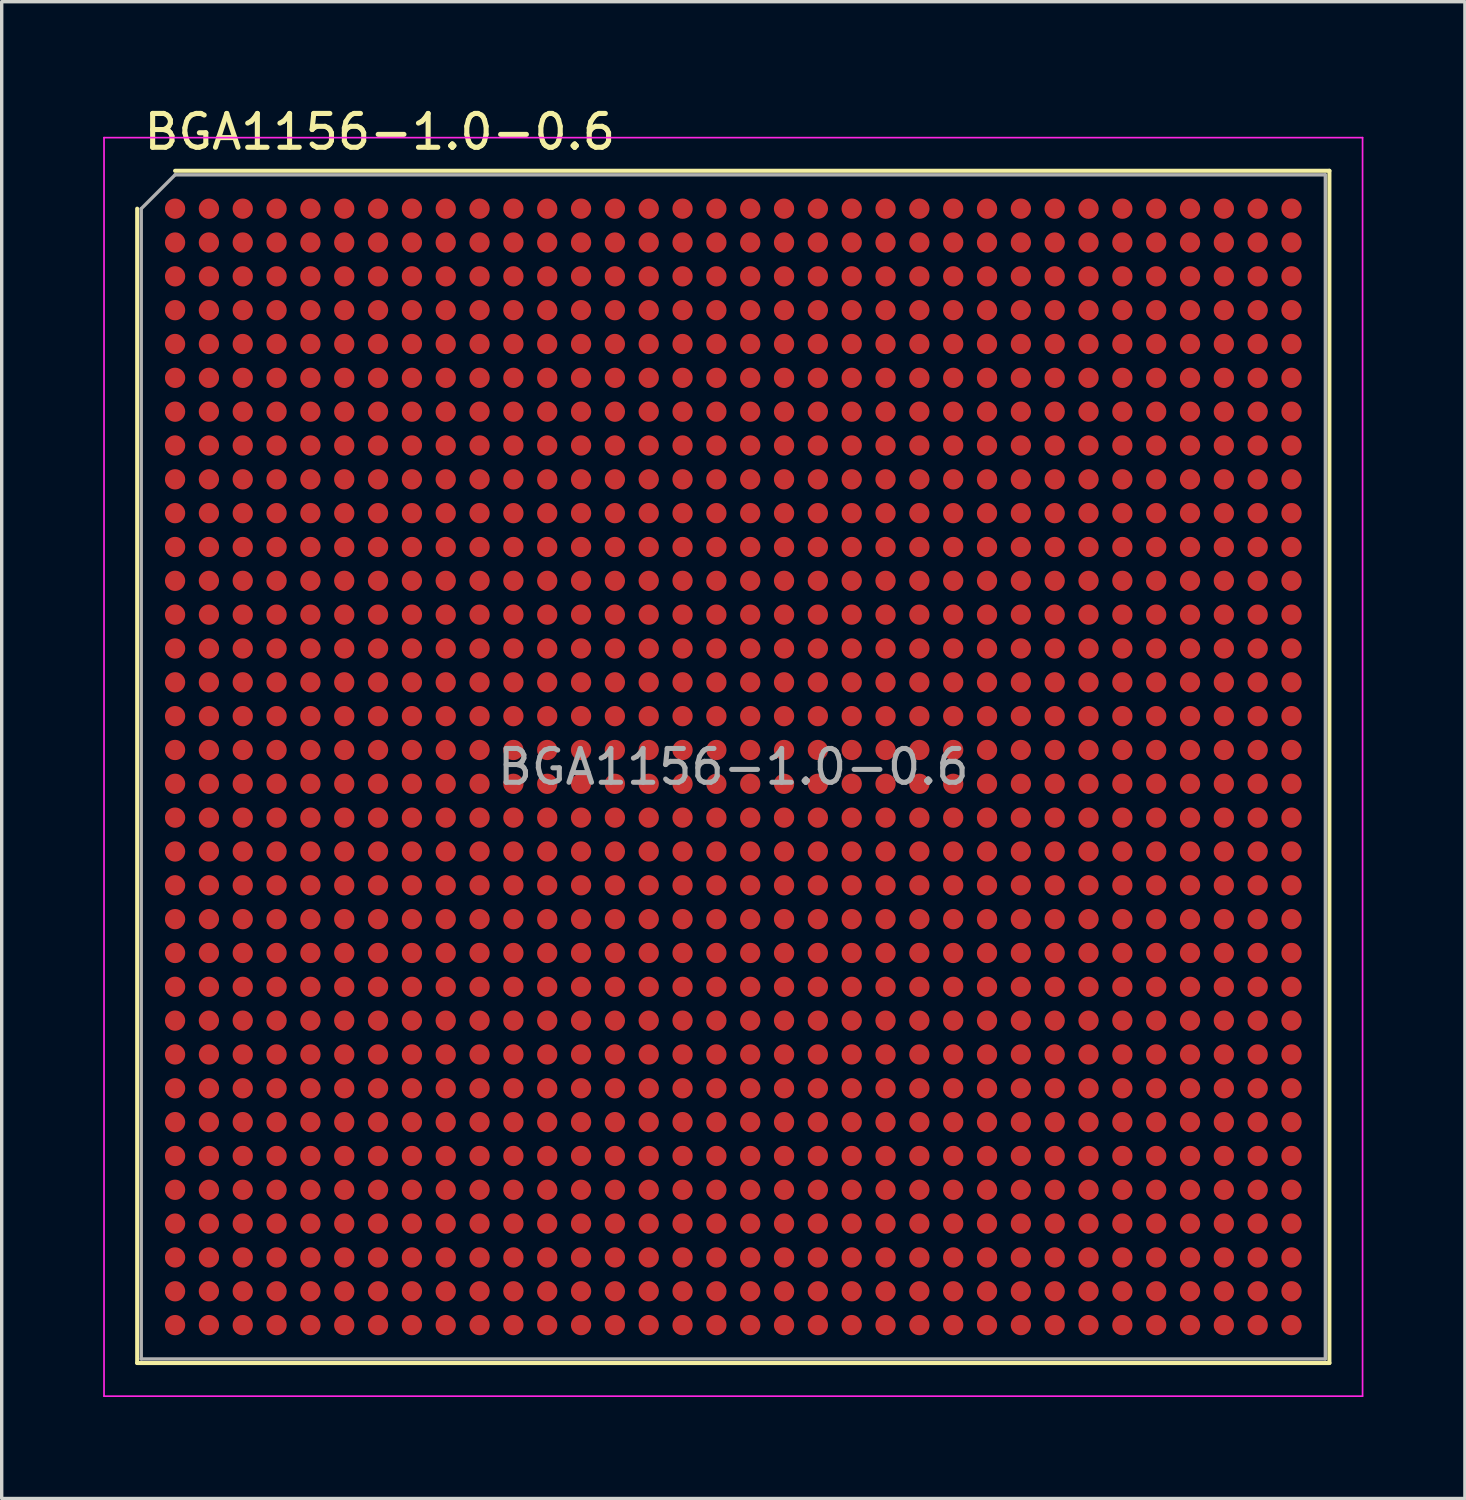
<source format=kicad_pcb>
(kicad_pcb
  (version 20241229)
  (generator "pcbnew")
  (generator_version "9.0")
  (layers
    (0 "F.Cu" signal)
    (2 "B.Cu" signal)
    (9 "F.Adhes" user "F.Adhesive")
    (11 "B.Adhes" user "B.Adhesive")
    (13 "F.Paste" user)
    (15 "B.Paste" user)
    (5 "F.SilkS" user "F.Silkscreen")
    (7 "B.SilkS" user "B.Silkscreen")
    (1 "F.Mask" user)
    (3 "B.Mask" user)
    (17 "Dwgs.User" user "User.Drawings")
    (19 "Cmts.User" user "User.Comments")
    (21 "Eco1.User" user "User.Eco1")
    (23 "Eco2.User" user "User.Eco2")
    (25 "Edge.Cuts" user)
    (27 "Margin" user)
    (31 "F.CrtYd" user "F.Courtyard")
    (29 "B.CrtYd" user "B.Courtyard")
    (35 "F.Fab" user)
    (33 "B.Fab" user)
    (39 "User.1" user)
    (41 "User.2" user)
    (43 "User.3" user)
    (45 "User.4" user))
  (footprint "BGA1156-1.0-0.6"
    (layer "F.Cu")
    (at 18.625 19.618)
    (property "Reference" "BGA1156-1.0-0.6" (at -17.5 -18.77 0) (layer "F.SilkS") (effects (font (size 1 1) (thickness 0.15)) (justify left)))
    (attr smd)
    (fp_line (start -17.62 -16.5) (end -17.62 17.62) (stroke (width 0.12) (type solid)) (layer "F.SilkS"))
    (fp_line (start -16.5 -17.62) (end 17.62 -17.62) (stroke (width 0.12) (type solid)) (layer "F.SilkS"))
    (fp_line (start 17.62 17.62) (end -17.62 17.62) (stroke (width 0.12) (type solid)) (layer "F.SilkS"))
    (fp_line (start 17.62 17.62) (end 17.62 -17.62) (stroke (width 0.12) (type solid)) (layer "F.SilkS"))
    (fp_line (start -18.6 -18.6) (end -18.6 18.6) (stroke (width 0.05) (type solid)) (layer "F.CrtYd"))
    (fp_line (start -18.6 -18.6) (end 18.6 -18.6) (stroke (width 0.05) (type solid)) (layer "F.CrtYd"))
    (fp_line (start 18.6 18.6) (end -18.6 18.6) (stroke (width 0.05) (type solid)) (layer "F.CrtYd"))
    (fp_line (start 18.6 18.6) (end 18.6 -18.6) (stroke (width 0.05) (type solid)) (layer "F.CrtYd"))
    (fp_line (start -17.5 -16.5) (end -17.5 17.5) (stroke (width 0.1) (type solid)) (layer "F.Fab"))
    (fp_line (start -16.5 -17.5) (end -17.5 -16.5) (stroke (width 0.1) (type solid)) (layer "F.Fab"))
    (fp_line (start -16.5 -17.5) (end 17.5 -17.5) (stroke (width 0.1) (type solid)) (layer "F.Fab"))
    (fp_line (start 17.5 17.5) (end -17.5 17.5) (stroke (width 0.1) (type solid)) (layer "F.Fab"))
    (fp_line (start 17.5 17.5) (end 17.5 -17.5) (stroke (width 0.1) (type solid)) (layer "F.Fab"))
    (fp_text user "${REFERENCE}" (at 0 0 0) (layer "F.Fab") (effects (font (size 1 1) (thickness 0.15))))
    (pad "A1" smd circle (at -16.5 -16.5) (size 0.6 0.6) (layers "F.Cu" "F.Mask" "F.Paste"))
    (pad "A2" smd circle (at -15.5 -16.5) (size 0.6 0.6) (layers "F.Cu" "F.Mask" "F.Paste"))
    (pad "A3" smd circle (at -14.5 -16.5) (size 0.6 0.6) (layers "F.Cu" "F.Mask" "F.Paste"))
    (pad "A4" smd circle (at -13.5 -16.5) (size 0.6 0.6) (layers "F.Cu" "F.Mask" "F.Paste"))
    (pad "A5" smd circle (at -12.5 -16.5) (size 0.6 0.6) (layers "F.Cu" "F.Mask" "F.Paste"))
    (pad "A6" smd circle (at -11.5 -16.5) (size 0.6 0.6) (layers "F.Cu" "F.Mask" "F.Paste"))
    (pad "A7" smd circle (at -10.5 -16.5) (size 0.6 0.6) (layers "F.Cu" "F.Mask" "F.Paste"))
    (pad "A8" smd circle (at -9.5 -16.5) (size 0.6 0.6) (layers "F.Cu" "F.Mask" "F.Paste"))
    (pad "A9" smd circle (at -8.5 -16.5) (size 0.6 0.6) (layers "F.Cu" "F.Mask" "F.Paste"))
    (pad "A10" smd circle (at -7.5 -16.5) (size 0.6 0.6) (layers "F.Cu" "F.Mask" "F.Paste"))
    (pad "A11" smd circle (at -6.5 -16.5) (size 0.6 0.6) (layers "F.Cu" "F.Mask" "F.Paste"))
    (pad "A12" smd circle (at -5.5 -16.5) (size 0.6 0.6) (layers "F.Cu" "F.Mask" "F.Paste"))
    (pad "A13" smd circle (at -4.5 -16.5) (size 0.6 0.6) (layers "F.Cu" "F.Mask" "F.Paste"))
    (pad "A14" smd circle (at -3.5 -16.5) (size 0.6 0.6) (layers "F.Cu" "F.Mask" "F.Paste"))
    (pad "A15" smd circle (at -2.5 -16.5) (size 0.6 0.6) (layers "F.Cu" "F.Mask" "F.Paste"))
    (pad "A16" smd circle (at -1.5 -16.5) (size 0.6 0.6) (layers "F.Cu" "F.Mask" "F.Paste"))
    (pad "A17" smd circle (at -0.5 -16.5) (size 0.6 0.6) (layers "F.Cu" "F.Mask" "F.Paste"))
    (pad "A18" smd circle (at 0.5 -16.5) (size 0.6 0.6) (layers "F.Cu" "F.Mask" "F.Paste"))
    (pad "A19" smd circle (at 1.5 -16.5) (size 0.6 0.6) (layers "F.Cu" "F.Mask" "F.Paste"))
    (pad "A20" smd circle (at 2.5 -16.5) (size 0.6 0.6) (layers "F.Cu" "F.Mask" "F.Paste"))
    (pad "A21" smd circle (at 3.5 -16.5) (size 0.6 0.6) (layers "F.Cu" "F.Mask" "F.Paste"))
    (pad "A22" smd circle (at 4.5 -16.5) (size 0.6 0.6) (layers "F.Cu" "F.Mask" "F.Paste"))
    (pad "A23" smd circle (at 5.5 -16.5) (size 0.6 0.6) (layers "F.Cu" "F.Mask" "F.Paste"))
    (pad "A24" smd circle (at 6.5 -16.5) (size 0.6 0.6) (layers "F.Cu" "F.Mask" "F.Paste"))
    (pad "A25" smd circle (at 7.5 -16.5) (size 0.6 0.6) (layers "F.Cu" "F.Mask" "F.Paste"))
    (pad "A26" smd circle (at 8.5 -16.5) (size 0.6 0.6) (layers "F.Cu" "F.Mask" "F.Paste"))
    (pad "A27" smd circle (at 9.5 -16.5) (size 0.6 0.6) (layers "F.Cu" "F.Mask" "F.Paste"))
    (pad "A28" smd circle (at 10.5 -16.5) (size 0.6 0.6) (layers "F.Cu" "F.Mask" "F.Paste"))
    (pad "A29" smd circle (at 11.5 -16.5) (size 0.6 0.6) (layers "F.Cu" "F.Mask" "F.Paste"))
    (pad "A30" smd circle (at 12.5 -16.5) (size 0.6 0.6) (layers "F.Cu" "F.Mask" "F.Paste"))
    (pad "A31" smd circle (at 13.5 -16.5) (size 0.6 0.6) (layers "F.Cu" "F.Mask" "F.Paste"))
    (pad "A32" smd circle (at 14.5 -16.5) (size 0.6 0.6) (layers "F.Cu" "F.Mask" "F.Paste"))
    (pad "A33" smd circle (at 15.5 -16.5) (size 0.6 0.6) (layers "F.Cu" "F.Mask" "F.Paste"))
    (pad "A34" smd circle (at 16.5 -16.5) (size 0.6 0.6) (layers "F.Cu" "F.Mask" "F.Paste"))
    (pad "AA1" smd circle (at -16.5 3.5) (size 0.6 0.6) (layers "F.Cu" "F.Mask" "F.Paste"))
    (pad "AA2" smd circle (at -15.5 3.5) (size 0.6 0.6) (layers "F.Cu" "F.Mask" "F.Paste"))
    (pad "AA3" smd circle (at -14.5 3.5) (size 0.6 0.6) (layers "F.Cu" "F.Mask" "F.Paste"))
    (pad "AA4" smd circle (at -13.5 3.5) (size 0.6 0.6) (layers "F.Cu" "F.Mask" "F.Paste"))
    (pad "AA5" smd circle (at -12.5 3.5) (size 0.6 0.6) (layers "F.Cu" "F.Mask" "F.Paste"))
    (pad "AA6" smd circle (at -11.5 3.5) (size 0.6 0.6) (layers "F.Cu" "F.Mask" "F.Paste"))
    (pad "AA7" smd circle (at -10.5 3.5) (size 0.6 0.6) (layers "F.Cu" "F.Mask" "F.Paste"))
    (pad "AA8" smd circle (at -9.5 3.5) (size 0.6 0.6) (layers "F.Cu" "F.Mask" "F.Paste"))
    (pad "AA9" smd circle (at -8.5 3.5) (size 0.6 0.6) (layers "F.Cu" "F.Mask" "F.Paste"))
    (pad "AA10" smd circle (at -7.5 3.5) (size 0.6 0.6) (layers "F.Cu" "F.Mask" "F.Paste"))
    (pad "AA11" smd circle (at -6.5 3.5) (size 0.6 0.6) (layers "F.Cu" "F.Mask" "F.Paste"))
    (pad "AA12" smd circle (at -5.5 3.5) (size 0.6 0.6) (layers "F.Cu" "F.Mask" "F.Paste"))
    (pad "AA13" smd circle (at -4.5 3.5) (size 0.6 0.6) (layers "F.Cu" "F.Mask" "F.Paste"))
    (pad "AA14" smd circle (at -3.5 3.5) (size 0.6 0.6) (layers "F.Cu" "F.Mask" "F.Paste"))
    (pad "AA15" smd circle (at -2.5 3.5) (size 0.6 0.6) (layers "F.Cu" "F.Mask" "F.Paste"))
    (pad "AA16" smd circle (at -1.5 3.5) (size 0.6 0.6) (layers "F.Cu" "F.Mask" "F.Paste"))
    (pad "AA17" smd circle (at -0.5 3.5) (size 0.6 0.6) (layers "F.Cu" "F.Mask" "F.Paste"))
    (pad "AA18" smd circle (at 0.5 3.5) (size 0.6 0.6) (layers "F.Cu" "F.Mask" "F.Paste"))
    (pad "AA19" smd circle (at 1.5 3.5) (size 0.6 0.6) (layers "F.Cu" "F.Mask" "F.Paste"))
    (pad "AA20" smd circle (at 2.5 3.5) (size 0.6 0.6) (layers "F.Cu" "F.Mask" "F.Paste"))
    (pad "AA21" smd circle (at 3.5 3.5) (size 0.6 0.6) (layers "F.Cu" "F.Mask" "F.Paste"))
    (pad "AA22" smd circle (at 4.5 3.5) (size 0.6 0.6) (layers "F.Cu" "F.Mask" "F.Paste"))
    (pad "AA23" smd circle (at 5.5 3.5) (size 0.6 0.6) (layers "F.Cu" "F.Mask" "F.Paste"))
    (pad "AA24" smd circle (at 6.5 3.5) (size 0.6 0.6) (layers "F.Cu" "F.Mask" "F.Paste"))
    (pad "AA25" smd circle (at 7.5 3.5) (size 0.6 0.6) (layers "F.Cu" "F.Mask" "F.Paste"))
    (pad "AA26" smd circle (at 8.5 3.5) (size 0.6 0.6) (layers "F.Cu" "F.Mask" "F.Paste"))
    (pad "AA27" smd circle (at 9.5 3.5) (size 0.6 0.6) (layers "F.Cu" "F.Mask" "F.Paste"))
    (pad "AA28" smd circle (at 10.5 3.5) (size 0.6 0.6) (layers "F.Cu" "F.Mask" "F.Paste"))
    (pad "AA29" smd circle (at 11.5 3.5) (size 0.6 0.6) (layers "F.Cu" "F.Mask" "F.Paste"))
    (pad "AA30" smd circle (at 12.5 3.5) (size 0.6 0.6) (layers "F.Cu" "F.Mask" "F.Paste"))
    (pad "AA31" smd circle (at 13.5 3.5) (size 0.6 0.6) (layers "F.Cu" "F.Mask" "F.Paste"))
    (pad "AA32" smd circle (at 14.5 3.5) (size 0.6 0.6) (layers "F.Cu" "F.Mask" "F.Paste"))
    (pad "AA33" smd circle (at 15.5 3.5) (size 0.6 0.6) (layers "F.Cu" "F.Mask" "F.Paste"))
    (pad "AA34" smd circle (at 16.5 3.5) (size 0.6 0.6) (layers "F.Cu" "F.Mask" "F.Paste"))
    (pad "AB1" smd circle (at -16.5 4.5) (size 0.6 0.6) (layers "F.Cu" "F.Mask" "F.Paste"))
    (pad "AB2" smd circle (at -15.5 4.5) (size 0.6 0.6) (layers "F.Cu" "F.Mask" "F.Paste"))
    (pad "AB3" smd circle (at -14.5 4.5) (size 0.6 0.6) (layers "F.Cu" "F.Mask" "F.Paste"))
    (pad "AB4" smd circle (at -13.5 4.5) (size 0.6 0.6) (layers "F.Cu" "F.Mask" "F.Paste"))
    (pad "AB5" smd circle (at -12.5 4.5) (size 0.6 0.6) (layers "F.Cu" "F.Mask" "F.Paste"))
    (pad "AB6" smd circle (at -11.5 4.5) (size 0.6 0.6) (layers "F.Cu" "F.Mask" "F.Paste"))
    (pad "AB7" smd circle (at -10.5 4.5) (size 0.6 0.6) (layers "F.Cu" "F.Mask" "F.Paste"))
    (pad "AB8" smd circle (at -9.5 4.5) (size 0.6 0.6) (layers "F.Cu" "F.Mask" "F.Paste"))
    (pad "AB9" smd circle (at -8.5 4.5) (size 0.6 0.6) (layers "F.Cu" "F.Mask" "F.Paste"))
    (pad "AB10" smd circle (at -7.5 4.5) (size 0.6 0.6) (layers "F.Cu" "F.Mask" "F.Paste"))
    (pad "AB11" smd circle (at -6.5 4.5) (size 0.6 0.6) (layers "F.Cu" "F.Mask" "F.Paste"))
    (pad "AB12" smd circle (at -5.5 4.5) (size 0.6 0.6) (layers "F.Cu" "F.Mask" "F.Paste"))
    (pad "AB13" smd circle (at -4.5 4.5) (size 0.6 0.6) (layers "F.Cu" "F.Mask" "F.Paste"))
    (pad "AB14" smd circle (at -3.5 4.5) (size 0.6 0.6) (layers "F.Cu" "F.Mask" "F.Paste"))
    (pad "AB15" smd circle (at -2.5 4.5) (size 0.6 0.6) (layers "F.Cu" "F.Mask" "F.Paste"))
    (pad "AB16" smd circle (at -1.5 4.5) (size 0.6 0.6) (layers "F.Cu" "F.Mask" "F.Paste"))
    (pad "AB17" smd circle (at -0.5 4.5) (size 0.6 0.6) (layers "F.Cu" "F.Mask" "F.Paste"))
    (pad "AB18" smd circle (at 0.5 4.5) (size 0.6 0.6) (layers "F.Cu" "F.Mask" "F.Paste"))
    (pad "AB19" smd circle (at 1.5 4.5) (size 0.6 0.6) (layers "F.Cu" "F.Mask" "F.Paste"))
    (pad "AB20" smd circle (at 2.5 4.5) (size 0.6 0.6) (layers "F.Cu" "F.Mask" "F.Paste"))
    (pad "AB21" smd circle (at 3.5 4.5) (size 0.6 0.6) (layers "F.Cu" "F.Mask" "F.Paste"))
    (pad "AB22" smd circle (at 4.5 4.5) (size 0.6 0.6) (layers "F.Cu" "F.Mask" "F.Paste"))
    (pad "AB23" smd circle (at 5.5 4.5) (size 0.6 0.6) (layers "F.Cu" "F.Mask" "F.Paste"))
    (pad "AB24" smd circle (at 6.5 4.5) (size 0.6 0.6) (layers "F.Cu" "F.Mask" "F.Paste"))
    (pad "AB25" smd circle (at 7.5 4.5) (size 0.6 0.6) (layers "F.Cu" "F.Mask" "F.Paste"))
    (pad "AB26" smd circle (at 8.5 4.5) (size 0.6 0.6) (layers "F.Cu" "F.Mask" "F.Paste"))
    (pad "AB27" smd circle (at 9.5 4.5) (size 0.6 0.6) (layers "F.Cu" "F.Mask" "F.Paste"))
    (pad "AB28" smd circle (at 10.5 4.5) (size 0.6 0.6) (layers "F.Cu" "F.Mask" "F.Paste"))
    (pad "AB29" smd circle (at 11.5 4.5) (size 0.6 0.6) (layers "F.Cu" "F.Mask" "F.Paste"))
    (pad "AB30" smd circle (at 12.5 4.5) (size 0.6 0.6) (layers "F.Cu" "F.Mask" "F.Paste"))
    (pad "AB31" smd circle (at 13.5 4.5) (size 0.6 0.6) (layers "F.Cu" "F.Mask" "F.Paste"))
    (pad "AB32" smd circle (at 14.5 4.5) (size 0.6 0.6) (layers "F.Cu" "F.Mask" "F.Paste"))
    (pad "AB33" smd circle (at 15.5 4.5) (size 0.6 0.6) (layers "F.Cu" "F.Mask" "F.Paste"))
    (pad "AB34" smd circle (at 16.5 4.5) (size 0.6 0.6) (layers "F.Cu" "F.Mask" "F.Paste"))
    (pad "AC1" smd circle (at -16.5 5.5) (size 0.6 0.6) (layers "F.Cu" "F.Mask" "F.Paste"))
    (pad "AC2" smd circle (at -15.5 5.5) (size 0.6 0.6) (layers "F.Cu" "F.Mask" "F.Paste"))
    (pad "AC3" smd circle (at -14.5 5.5) (size 0.6 0.6) (layers "F.Cu" "F.Mask" "F.Paste"))
    (pad "AC4" smd circle (at -13.5 5.5) (size 0.6 0.6) (layers "F.Cu" "F.Mask" "F.Paste"))
    (pad "AC5" smd circle (at -12.5 5.5) (size 0.6 0.6) (layers "F.Cu" "F.Mask" "F.Paste"))
    (pad "AC6" smd circle (at -11.5 5.5) (size 0.6 0.6) (layers "F.Cu" "F.Mask" "F.Paste"))
    (pad "AC7" smd circle (at -10.5 5.5) (size 0.6 0.6) (layers "F.Cu" "F.Mask" "F.Paste"))
    (pad "AC8" smd circle (at -9.5 5.5) (size 0.6 0.6) (layers "F.Cu" "F.Mask" "F.Paste"))
    (pad "AC9" smd circle (at -8.5 5.5) (size 0.6 0.6) (layers "F.Cu" "F.Mask" "F.Paste"))
    (pad "AC10" smd circle (at -7.5 5.5) (size 0.6 0.6) (layers "F.Cu" "F.Mask" "F.Paste"))
    (pad "AC11" smd circle (at -6.5 5.5) (size 0.6 0.6) (layers "F.Cu" "F.Mask" "F.Paste"))
    (pad "AC12" smd circle (at -5.5 5.5) (size 0.6 0.6) (layers "F.Cu" "F.Mask" "F.Paste"))
    (pad "AC13" smd circle (at -4.5 5.5) (size 0.6 0.6) (layers "F.Cu" "F.Mask" "F.Paste"))
    (pad "AC14" smd circle (at -3.5 5.5) (size 0.6 0.6) (layers "F.Cu" "F.Mask" "F.Paste"))
    (pad "AC15" smd circle (at -2.5 5.5) (size 0.6 0.6) (layers "F.Cu" "F.Mask" "F.Paste"))
    (pad "AC16" smd circle (at -1.5 5.5) (size 0.6 0.6) (layers "F.Cu" "F.Mask" "F.Paste"))
    (pad "AC17" smd circle (at -0.5 5.5) (size 0.6 0.6) (layers "F.Cu" "F.Mask" "F.Paste"))
    (pad "AC18" smd circle (at 0.5 5.5) (size 0.6 0.6) (layers "F.Cu" "F.Mask" "F.Paste"))
    (pad "AC19" smd circle (at 1.5 5.5) (size 0.6 0.6) (layers "F.Cu" "F.Mask" "F.Paste"))
    (pad "AC20" smd circle (at 2.5 5.5) (size 0.6 0.6) (layers "F.Cu" "F.Mask" "F.Paste"))
    (pad "AC21" smd circle (at 3.5 5.5) (size 0.6 0.6) (layers "F.Cu" "F.Mask" "F.Paste"))
    (pad "AC22" smd circle (at 4.5 5.5) (size 0.6 0.6) (layers "F.Cu" "F.Mask" "F.Paste"))
    (pad "AC23" smd circle (at 5.5 5.5) (size 0.6 0.6) (layers "F.Cu" "F.Mask" "F.Paste"))
    (pad "AC24" smd circle (at 6.5 5.5) (size 0.6 0.6) (layers "F.Cu" "F.Mask" "F.Paste"))
    (pad "AC25" smd circle (at 7.5 5.5) (size 0.6 0.6) (layers "F.Cu" "F.Mask" "F.Paste"))
    (pad "AC26" smd circle (at 8.5 5.5) (size 0.6 0.6) (layers "F.Cu" "F.Mask" "F.Paste"))
    (pad "AC27" smd circle (at 9.5 5.5) (size 0.6 0.6) (layers "F.Cu" "F.Mask" "F.Paste"))
    (pad "AC28" smd circle (at 10.5 5.5) (size 0.6 0.6) (layers "F.Cu" "F.Mask" "F.Paste"))
    (pad "AC29" smd circle (at 11.5 5.5) (size 0.6 0.6) (layers "F.Cu" "F.Mask" "F.Paste"))
    (pad "AC30" smd circle (at 12.5 5.5) (size 0.6 0.6) (layers "F.Cu" "F.Mask" "F.Paste"))
    (pad "AC31" smd circle (at 13.5 5.5) (size 0.6 0.6) (layers "F.Cu" "F.Mask" "F.Paste"))
    (pad "AC32" smd circle (at 14.5 5.5) (size 0.6 0.6) (layers "F.Cu" "F.Mask" "F.Paste"))
    (pad "AC33" smd circle (at 15.5 5.5) (size 0.6 0.6) (layers "F.Cu" "F.Mask" "F.Paste"))
    (pad "AC34" smd circle (at 16.5 5.5) (size 0.6 0.6) (layers "F.Cu" "F.Mask" "F.Paste"))
    (pad "AD1" smd circle (at -16.5 6.5) (size 0.6 0.6) (layers "F.Cu" "F.Mask" "F.Paste"))
    (pad "AD2" smd circle (at -15.5 6.5) (size 0.6 0.6) (layers "F.Cu" "F.Mask" "F.Paste"))
    (pad "AD3" smd circle (at -14.5 6.5) (size 0.6 0.6) (layers "F.Cu" "F.Mask" "F.Paste"))
    (pad "AD4" smd circle (at -13.5 6.5) (size 0.6 0.6) (layers "F.Cu" "F.Mask" "F.Paste"))
    (pad "AD5" smd circle (at -12.5 6.5) (size 0.6 0.6) (layers "F.Cu" "F.Mask" "F.Paste"))
    (pad "AD6" smd circle (at -11.5 6.5) (size 0.6 0.6) (layers "F.Cu" "F.Mask" "F.Paste"))
    (pad "AD7" smd circle (at -10.5 6.5) (size 0.6 0.6) (layers "F.Cu" "F.Mask" "F.Paste"))
    (pad "AD8" smd circle (at -9.5 6.5) (size 0.6 0.6) (layers "F.Cu" "F.Mask" "F.Paste"))
    (pad "AD9" smd circle (at -8.5 6.5) (size 0.6 0.6) (layers "F.Cu" "F.Mask" "F.Paste"))
    (pad "AD10" smd circle (at -7.5 6.5) (size 0.6 0.6) (layers "F.Cu" "F.Mask" "F.Paste"))
    (pad "AD11" smd circle (at -6.5 6.5) (size 0.6 0.6) (layers "F.Cu" "F.Mask" "F.Paste"))
    (pad "AD12" smd circle (at -5.5 6.5) (size 0.6 0.6) (layers "F.Cu" "F.Mask" "F.Paste"))
    (pad "AD13" smd circle (at -4.5 6.5) (size 0.6 0.6) (layers "F.Cu" "F.Mask" "F.Paste"))
    (pad "AD14" smd circle (at -3.5 6.5) (size 0.6 0.6) (layers "F.Cu" "F.Mask" "F.Paste"))
    (pad "AD15" smd circle (at -2.5 6.5) (size 0.6 0.6) (layers "F.Cu" "F.Mask" "F.Paste"))
    (pad "AD16" smd circle (at -1.5 6.5) (size 0.6 0.6) (layers "F.Cu" "F.Mask" "F.Paste"))
    (pad "AD17" smd circle (at -0.5 6.5) (size 0.6 0.6) (layers "F.Cu" "F.Mask" "F.Paste"))
    (pad "AD18" smd circle (at 0.5 6.5) (size 0.6 0.6) (layers "F.Cu" "F.Mask" "F.Paste"))
    (pad "AD19" smd circle (at 1.5 6.5) (size 0.6 0.6) (layers "F.Cu" "F.Mask" "F.Paste"))
    (pad "AD20" smd circle (at 2.5 6.5) (size 0.6 0.6) (layers "F.Cu" "F.Mask" "F.Paste"))
    (pad "AD21" smd circle (at 3.5 6.5) (size 0.6 0.6) (layers "F.Cu" "F.Mask" "F.Paste"))
    (pad "AD22" smd circle (at 4.5 6.5) (size 0.6 0.6) (layers "F.Cu" "F.Mask" "F.Paste"))
    (pad "AD23" smd circle (at 5.5 6.5) (size 0.6 0.6) (layers "F.Cu" "F.Mask" "F.Paste"))
    (pad "AD24" smd circle (at 6.5 6.5) (size 0.6 0.6) (layers "F.Cu" "F.Mask" "F.Paste"))
    (pad "AD25" smd circle (at 7.5 6.5) (size 0.6 0.6) (layers "F.Cu" "F.Mask" "F.Paste"))
    (pad "AD26" smd circle (at 8.5 6.5) (size 0.6 0.6) (layers "F.Cu" "F.Mask" "F.Paste"))
    (pad "AD27" smd circle (at 9.5 6.5) (size 0.6 0.6) (layers "F.Cu" "F.Mask" "F.Paste"))
    (pad "AD28" smd circle (at 10.5 6.5) (size 0.6 0.6) (layers "F.Cu" "F.Mask" "F.Paste"))
    (pad "AD29" smd circle (at 11.5 6.5) (size 0.6 0.6) (layers "F.Cu" "F.Mask" "F.Paste"))
    (pad "AD30" smd circle (at 12.5 6.5) (size 0.6 0.6) (layers "F.Cu" "F.Mask" "F.Paste"))
    (pad "AD31" smd circle (at 13.5 6.5) (size 0.6 0.6) (layers "F.Cu" "F.Mask" "F.Paste"))
    (pad "AD32" smd circle (at 14.5 6.5) (size 0.6 0.6) (layers "F.Cu" "F.Mask" "F.Paste"))
    (pad "AD33" smd circle (at 15.5 6.5) (size 0.6 0.6) (layers "F.Cu" "F.Mask" "F.Paste"))
    (pad "AD34" smd circle (at 16.5 6.5) (size 0.6 0.6) (layers "F.Cu" "F.Mask" "F.Paste"))
    (pad "AE1" smd circle (at -16.5 7.5) (size 0.6 0.6) (layers "F.Cu" "F.Mask" "F.Paste"))
    (pad "AE2" smd circle (at -15.5 7.5) (size 0.6 0.6) (layers "F.Cu" "F.Mask" "F.Paste"))
    (pad "AE3" smd circle (at -14.5 7.5) (size 0.6 0.6) (layers "F.Cu" "F.Mask" "F.Paste"))
    (pad "AE4" smd circle (at -13.5 7.5) (size 0.6 0.6) (layers "F.Cu" "F.Mask" "F.Paste"))
    (pad "AE5" smd circle (at -12.5 7.5) (size 0.6 0.6) (layers "F.Cu" "F.Mask" "F.Paste"))
    (pad "AE6" smd circle (at -11.5 7.5) (size 0.6 0.6) (layers "F.Cu" "F.Mask" "F.Paste"))
    (pad "AE7" smd circle (at -10.5 7.5) (size 0.6 0.6) (layers "F.Cu" "F.Mask" "F.Paste"))
    (pad "AE8" smd circle (at -9.5 7.5) (size 0.6 0.6) (layers "F.Cu" "F.Mask" "F.Paste"))
    (pad "AE9" smd circle (at -8.5 7.5) (size 0.6 0.6) (layers "F.Cu" "F.Mask" "F.Paste"))
    (pad "AE10" smd circle (at -7.5 7.5) (size 0.6 0.6) (layers "F.Cu" "F.Mask" "F.Paste"))
    (pad "AE11" smd circle (at -6.5 7.5) (size 0.6 0.6) (layers "F.Cu" "F.Mask" "F.Paste"))
    (pad "AE12" smd circle (at -5.5 7.5) (size 0.6 0.6) (layers "F.Cu" "F.Mask" "F.Paste"))
    (pad "AE13" smd circle (at -4.5 7.5) (size 0.6 0.6) (layers "F.Cu" "F.Mask" "F.Paste"))
    (pad "AE14" smd circle (at -3.5 7.5) (size 0.6 0.6) (layers "F.Cu" "F.Mask" "F.Paste"))
    (pad "AE15" smd circle (at -2.5 7.5) (size 0.6 0.6) (layers "F.Cu" "F.Mask" "F.Paste"))
    (pad "AE16" smd circle (at -1.5 7.5) (size 0.6 0.6) (layers "F.Cu" "F.Mask" "F.Paste"))
    (pad "AE17" smd circle (at -0.5 7.5) (size 0.6 0.6) (layers "F.Cu" "F.Mask" "F.Paste"))
    (pad "AE18" smd circle (at 0.5 7.5) (size 0.6 0.6) (layers "F.Cu" "F.Mask" "F.Paste"))
    (pad "AE19" smd circle (at 1.5 7.5) (size 0.6 0.6) (layers "F.Cu" "F.Mask" "F.Paste"))
    (pad "AE20" smd circle (at 2.5 7.5) (size 0.6 0.6) (layers "F.Cu" "F.Mask" "F.Paste"))
    (pad "AE21" smd circle (at 3.5 7.5) (size 0.6 0.6) (layers "F.Cu" "F.Mask" "F.Paste"))
    (pad "AE22" smd circle (at 4.5 7.5) (size 0.6 0.6) (layers "F.Cu" "F.Mask" "F.Paste"))
    (pad "AE23" smd circle (at 5.5 7.5) (size 0.6 0.6) (layers "F.Cu" "F.Mask" "F.Paste"))
    (pad "AE24" smd circle (at 6.5 7.5) (size 0.6 0.6) (layers "F.Cu" "F.Mask" "F.Paste"))
    (pad "AE25" smd circle (at 7.5 7.5) (size 0.6 0.6) (layers "F.Cu" "F.Mask" "F.Paste"))
    (pad "AE26" smd circle (at 8.5 7.5) (size 0.6 0.6) (layers "F.Cu" "F.Mask" "F.Paste"))
    (pad "AE27" smd circle (at 9.5 7.5) (size 0.6 0.6) (layers "F.Cu" "F.Mask" "F.Paste"))
    (pad "AE28" smd circle (at 10.5 7.5) (size 0.6 0.6) (layers "F.Cu" "F.Mask" "F.Paste"))
    (pad "AE29" smd circle (at 11.5 7.5) (size 0.6 0.6) (layers "F.Cu" "F.Mask" "F.Paste"))
    (pad "AE30" smd circle (at 12.5 7.5) (size 0.6 0.6) (layers "F.Cu" "F.Mask" "F.Paste"))
    (pad "AE31" smd circle (at 13.5 7.5) (size 0.6 0.6) (layers "F.Cu" "F.Mask" "F.Paste"))
    (pad "AE32" smd circle (at 14.5 7.5) (size 0.6 0.6) (layers "F.Cu" "F.Mask" "F.Paste"))
    (pad "AE33" smd circle (at 15.5 7.5) (size 0.6 0.6) (layers "F.Cu" "F.Mask" "F.Paste"))
    (pad "AE34" smd circle (at 16.5 7.5) (size 0.6 0.6) (layers "F.Cu" "F.Mask" "F.Paste"))
    (pad "AF1" smd circle (at -16.5 8.5) (size 0.6 0.6) (layers "F.Cu" "F.Mask" "F.Paste"))
    (pad "AF2" smd circle (at -15.5 8.5) (size 0.6 0.6) (layers "F.Cu" "F.Mask" "F.Paste"))
    (pad "AF3" smd circle (at -14.5 8.5) (size 0.6 0.6) (layers "F.Cu" "F.Mask" "F.Paste"))
    (pad "AF4" smd circle (at -13.5 8.5) (size 0.6 0.6) (layers "F.Cu" "F.Mask" "F.Paste"))
    (pad "AF5" smd circle (at -12.5 8.5) (size 0.6 0.6) (layers "F.Cu" "F.Mask" "F.Paste"))
    (pad "AF6" smd circle (at -11.5 8.5) (size 0.6 0.6) (layers "F.Cu" "F.Mask" "F.Paste"))
    (pad "AF7" smd circle (at -10.5 8.5) (size 0.6 0.6) (layers "F.Cu" "F.Mask" "F.Paste"))
    (pad "AF8" smd circle (at -9.5 8.5) (size 0.6 0.6) (layers "F.Cu" "F.Mask" "F.Paste"))
    (pad "AF9" smd circle (at -8.5 8.5) (size 0.6 0.6) (layers "F.Cu" "F.Mask" "F.Paste"))
    (pad "AF10" smd circle (at -7.5 8.5) (size 0.6 0.6) (layers "F.Cu" "F.Mask" "F.Paste"))
    (pad "AF11" smd circle (at -6.5 8.5) (size 0.6 0.6) (layers "F.Cu" "F.Mask" "F.Paste"))
    (pad "AF12" smd circle (at -5.5 8.5) (size 0.6 0.6) (layers "F.Cu" "F.Mask" "F.Paste"))
    (pad "AF13" smd circle (at -4.5 8.5) (size 0.6 0.6) (layers "F.Cu" "F.Mask" "F.Paste"))
    (pad "AF14" smd circle (at -3.5 8.5) (size 0.6 0.6) (layers "F.Cu" "F.Mask" "F.Paste"))
    (pad "AF15" smd circle (at -2.5 8.5) (size 0.6 0.6) (layers "F.Cu" "F.Mask" "F.Paste"))
    (pad "AF16" smd circle (at -1.5 8.5) (size 0.6 0.6) (layers "F.Cu" "F.Mask" "F.Paste"))
    (pad "AF17" smd circle (at -0.5 8.5) (size 0.6 0.6) (layers "F.Cu" "F.Mask" "F.Paste"))
    (pad "AF18" smd circle (at 0.5 8.5) (size 0.6 0.6) (layers "F.Cu" "F.Mask" "F.Paste"))
    (pad "AF19" smd circle (at 1.5 8.5) (size 0.6 0.6) (layers "F.Cu" "F.Mask" "F.Paste"))
    (pad "AF20" smd circle (at 2.5 8.5) (size 0.6 0.6) (layers "F.Cu" "F.Mask" "F.Paste"))
    (pad "AF21" smd circle (at 3.5 8.5) (size 0.6 0.6) (layers "F.Cu" "F.Mask" "F.Paste"))
    (pad "AF22" smd circle (at 4.5 8.5) (size 0.6 0.6) (layers "F.Cu" "F.Mask" "F.Paste"))
    (pad "AF23" smd circle (at 5.5 8.5) (size 0.6 0.6) (layers "F.Cu" "F.Mask" "F.Paste"))
    (pad "AF24" smd circle (at 6.5 8.5) (size 0.6 0.6) (layers "F.Cu" "F.Mask" "F.Paste"))
    (pad "AF25" smd circle (at 7.5 8.5) (size 0.6 0.6) (layers "F.Cu" "F.Mask" "F.Paste"))
    (pad "AF26" smd circle (at 8.5 8.5) (size 0.6 0.6) (layers "F.Cu" "F.Mask" "F.Paste"))
    (pad "AF27" smd circle (at 9.5 8.5) (size 0.6 0.6) (layers "F.Cu" "F.Mask" "F.Paste"))
    (pad "AF28" smd circle (at 10.5 8.5) (size 0.6 0.6) (layers "F.Cu" "F.Mask" "F.Paste"))
    (pad "AF29" smd circle (at 11.5 8.5) (size 0.6 0.6) (layers "F.Cu" "F.Mask" "F.Paste"))
    (pad "AF30" smd circle (at 12.5 8.5) (size 0.6 0.6) (layers "F.Cu" "F.Mask" "F.Paste"))
    (pad "AF31" smd circle (at 13.5 8.5) (size 0.6 0.6) (layers "F.Cu" "F.Mask" "F.Paste"))
    (pad "AF32" smd circle (at 14.5 8.5) (size 0.6 0.6) (layers "F.Cu" "F.Mask" "F.Paste"))
    (pad "AF33" smd circle (at 15.5 8.5) (size 0.6 0.6) (layers "F.Cu" "F.Mask" "F.Paste"))
    (pad "AF34" smd circle (at 16.5 8.5) (size 0.6 0.6) (layers "F.Cu" "F.Mask" "F.Paste"))
    (pad "AG1" smd circle (at -16.5 9.5) (size 0.6 0.6) (layers "F.Cu" "F.Mask" "F.Paste"))
    (pad "AG2" smd circle (at -15.5 9.5) (size 0.6 0.6) (layers "F.Cu" "F.Mask" "F.Paste"))
    (pad "AG3" smd circle (at -14.5 9.5) (size 0.6 0.6) (layers "F.Cu" "F.Mask" "F.Paste"))
    (pad "AG4" smd circle (at -13.5 9.5) (size 0.6 0.6) (layers "F.Cu" "F.Mask" "F.Paste"))
    (pad "AG5" smd circle (at -12.5 9.5) (size 0.6 0.6) (layers "F.Cu" "F.Mask" "F.Paste"))
    (pad "AG6" smd circle (at -11.5 9.5) (size 0.6 0.6) (layers "F.Cu" "F.Mask" "F.Paste"))
    (pad "AG7" smd circle (at -10.5 9.5) (size 0.6 0.6) (layers "F.Cu" "F.Mask" "F.Paste"))
    (pad "AG8" smd circle (at -9.5 9.5) (size 0.6 0.6) (layers "F.Cu" "F.Mask" "F.Paste"))
    (pad "AG9" smd circle (at -8.5 9.5) (size 0.6 0.6) (layers "F.Cu" "F.Mask" "F.Paste"))
    (pad "AG10" smd circle (at -7.5 9.5) (size 0.6 0.6) (layers "F.Cu" "F.Mask" "F.Paste"))
    (pad "AG11" smd circle (at -6.5 9.5) (size 0.6 0.6) (layers "F.Cu" "F.Mask" "F.Paste"))
    (pad "AG12" smd circle (at -5.5 9.5) (size 0.6 0.6) (layers "F.Cu" "F.Mask" "F.Paste"))
    (pad "AG13" smd circle (at -4.5 9.5) (size 0.6 0.6) (layers "F.Cu" "F.Mask" "F.Paste"))
    (pad "AG14" smd circle (at -3.5 9.5) (size 0.6 0.6) (layers "F.Cu" "F.Mask" "F.Paste"))
    (pad "AG15" smd circle (at -2.5 9.5) (size 0.6 0.6) (layers "F.Cu" "F.Mask" "F.Paste"))
    (pad "AG16" smd circle (at -1.5 9.5) (size 0.6 0.6) (layers "F.Cu" "F.Mask" "F.Paste"))
    (pad "AG17" smd circle (at -0.5 9.5) (size 0.6 0.6) (layers "F.Cu" "F.Mask" "F.Paste"))
    (pad "AG18" smd circle (at 0.5 9.5) (size 0.6 0.6) (layers "F.Cu" "F.Mask" "F.Paste"))
    (pad "AG19" smd circle (at 1.5 9.5) (size 0.6 0.6) (layers "F.Cu" "F.Mask" "F.Paste"))
    (pad "AG20" smd circle (at 2.5 9.5) (size 0.6 0.6) (layers "F.Cu" "F.Mask" "F.Paste"))
    (pad "AG21" smd circle (at 3.5 9.5) (size 0.6 0.6) (layers "F.Cu" "F.Mask" "F.Paste"))
    (pad "AG22" smd circle (at 4.5 9.5) (size 0.6 0.6) (layers "F.Cu" "F.Mask" "F.Paste"))
    (pad "AG23" smd circle (at 5.5 9.5) (size 0.6 0.6) (layers "F.Cu" "F.Mask" "F.Paste"))
    (pad "AG24" smd circle (at 6.5 9.5) (size 0.6 0.6) (layers "F.Cu" "F.Mask" "F.Paste"))
    (pad "AG25" smd circle (at 7.5 9.5) (size 0.6 0.6) (layers "F.Cu" "F.Mask" "F.Paste"))
    (pad "AG26" smd circle (at 8.5 9.5) (size 0.6 0.6) (layers "F.Cu" "F.Mask" "F.Paste"))
    (pad "AG27" smd circle (at 9.5 9.5) (size 0.6 0.6) (layers "F.Cu" "F.Mask" "F.Paste"))
    (pad "AG28" smd circle (at 10.5 9.5) (size 0.6 0.6) (layers "F.Cu" "F.Mask" "F.Paste"))
    (pad "AG29" smd circle (at 11.5 9.5) (size 0.6 0.6) (layers "F.Cu" "F.Mask" "F.Paste"))
    (pad "AG30" smd circle (at 12.5 9.5) (size 0.6 0.6) (layers "F.Cu" "F.Mask" "F.Paste"))
    (pad "AG31" smd circle (at 13.5 9.5) (size 0.6 0.6) (layers "F.Cu" "F.Mask" "F.Paste"))
    (pad "AG32" smd circle (at 14.5 9.5) (size 0.6 0.6) (layers "F.Cu" "F.Mask" "F.Paste"))
    (pad "AG33" smd circle (at 15.5 9.5) (size 0.6 0.6) (layers "F.Cu" "F.Mask" "F.Paste"))
    (pad "AG34" smd circle (at 16.5 9.5) (size 0.6 0.6) (layers "F.Cu" "F.Mask" "F.Paste"))
    (pad "AH1" smd circle (at -16.5 10.5) (size 0.6 0.6) (layers "F.Cu" "F.Mask" "F.Paste"))
    (pad "AH2" smd circle (at -15.5 10.5) (size 0.6 0.6) (layers "F.Cu" "F.Mask" "F.Paste"))
    (pad "AH3" smd circle (at -14.5 10.5) (size 0.6 0.6) (layers "F.Cu" "F.Mask" "F.Paste"))
    (pad "AH4" smd circle (at -13.5 10.5) (size 0.6 0.6) (layers "F.Cu" "F.Mask" "F.Paste"))
    (pad "AH5" smd circle (at -12.5 10.5) (size 0.6 0.6) (layers "F.Cu" "F.Mask" "F.Paste"))
    (pad "AH6" smd circle (at -11.5 10.5) (size 0.6 0.6) (layers "F.Cu" "F.Mask" "F.Paste"))
    (pad "AH7" smd circle (at -10.5 10.5) (size 0.6 0.6) (layers "F.Cu" "F.Mask" "F.Paste"))
    (pad "AH8" smd circle (at -9.5 10.5) (size 0.6 0.6) (layers "F.Cu" "F.Mask" "F.Paste"))
    (pad "AH9" smd circle (at -8.5 10.5) (size 0.6 0.6) (layers "F.Cu" "F.Mask" "F.Paste"))
    (pad "AH10" smd circle (at -7.5 10.5) (size 0.6 0.6) (layers "F.Cu" "F.Mask" "F.Paste"))
    (pad "AH11" smd circle (at -6.5 10.5) (size 0.6 0.6) (layers "F.Cu" "F.Mask" "F.Paste"))
    (pad "AH12" smd circle (at -5.5 10.5) (size 0.6 0.6) (layers "F.Cu" "F.Mask" "F.Paste"))
    (pad "AH13" smd circle (at -4.5 10.5) (size 0.6 0.6) (layers "F.Cu" "F.Mask" "F.Paste"))
    (pad "AH14" smd circle (at -3.5 10.5) (size 0.6 0.6) (layers "F.Cu" "F.Mask" "F.Paste"))
    (pad "AH15" smd circle (at -2.5 10.5) (size 0.6 0.6) (layers "F.Cu" "F.Mask" "F.Paste"))
    (pad "AH16" smd circle (at -1.5 10.5) (size 0.6 0.6) (layers "F.Cu" "F.Mask" "F.Paste"))
    (pad "AH17" smd circle (at -0.5 10.5) (size 0.6 0.6) (layers "F.Cu" "F.Mask" "F.Paste"))
    (pad "AH18" smd circle (at 0.5 10.5) (size 0.6 0.6) (layers "F.Cu" "F.Mask" "F.Paste"))
    (pad "AH19" smd circle (at 1.5 10.5) (size 0.6 0.6) (layers "F.Cu" "F.Mask" "F.Paste"))
    (pad "AH20" smd circle (at 2.5 10.5) (size 0.6 0.6) (layers "F.Cu" "F.Mask" "F.Paste"))
    (pad "AH21" smd circle (at 3.5 10.5) (size 0.6 0.6) (layers "F.Cu" "F.Mask" "F.Paste"))
    (pad "AH22" smd circle (at 4.5 10.5) (size 0.6 0.6) (layers "F.Cu" "F.Mask" "F.Paste"))
    (pad "AH23" smd circle (at 5.5 10.5) (size 0.6 0.6) (layers "F.Cu" "F.Mask" "F.Paste"))
    (pad "AH24" smd circle (at 6.5 10.5) (size 0.6 0.6) (layers "F.Cu" "F.Mask" "F.Paste"))
    (pad "AH25" smd circle (at 7.5 10.5) (size 0.6 0.6) (layers "F.Cu" "F.Mask" "F.Paste"))
    (pad "AH26" smd circle (at 8.5 10.5) (size 0.6 0.6) (layers "F.Cu" "F.Mask" "F.Paste"))
    (pad "AH27" smd circle (at 9.5 10.5) (size 0.6 0.6) (layers "F.Cu" "F.Mask" "F.Paste"))
    (pad "AH28" smd circle (at 10.5 10.5) (size 0.6 0.6) (layers "F.Cu" "F.Mask" "F.Paste"))
    (pad "AH29" smd circle (at 11.5 10.5) (size 0.6 0.6) (layers "F.Cu" "F.Mask" "F.Paste"))
    (pad "AH30" smd circle (at 12.5 10.5) (size 0.6 0.6) (layers "F.Cu" "F.Mask" "F.Paste"))
    (pad "AH31" smd circle (at 13.5 10.5) (size 0.6 0.6) (layers "F.Cu" "F.Mask" "F.Paste"))
    (pad "AH32" smd circle (at 14.5 10.5) (size 0.6 0.6) (layers "F.Cu" "F.Mask" "F.Paste"))
    (pad "AH33" smd circle (at 15.5 10.5) (size 0.6 0.6) (layers "F.Cu" "F.Mask" "F.Paste"))
    (pad "AH34" smd circle (at 16.5 10.5) (size 0.6 0.6) (layers "F.Cu" "F.Mask" "F.Paste"))
    (pad "AJ1" smd circle (at -16.5 11.5) (size 0.6 0.6) (layers "F.Cu" "F.Mask" "F.Paste"))
    (pad "AJ2" smd circle (at -15.5 11.5) (size 0.6 0.6) (layers "F.Cu" "F.Mask" "F.Paste"))
    (pad "AJ3" smd circle (at -14.5 11.5) (size 0.6 0.6) (layers "F.Cu" "F.Mask" "F.Paste"))
    (pad "AJ4" smd circle (at -13.5 11.5) (size 0.6 0.6) (layers "F.Cu" "F.Mask" "F.Paste"))
    (pad "AJ5" smd circle (at -12.5 11.5) (size 0.6 0.6) (layers "F.Cu" "F.Mask" "F.Paste"))
    (pad "AJ6" smd circle (at -11.5 11.5) (size 0.6 0.6) (layers "F.Cu" "F.Mask" "F.Paste"))
    (pad "AJ7" smd circle (at -10.5 11.5) (size 0.6 0.6) (layers "F.Cu" "F.Mask" "F.Paste"))
    (pad "AJ8" smd circle (at -9.5 11.5) (size 0.6 0.6) (layers "F.Cu" "F.Mask" "F.Paste"))
    (pad "AJ9" smd circle (at -8.5 11.5) (size 0.6 0.6) (layers "F.Cu" "F.Mask" "F.Paste"))
    (pad "AJ10" smd circle (at -7.5 11.5) (size 0.6 0.6) (layers "F.Cu" "F.Mask" "F.Paste"))
    (pad "AJ11" smd circle (at -6.5 11.5) (size 0.6 0.6) (layers "F.Cu" "F.Mask" "F.Paste"))
    (pad "AJ12" smd circle (at -5.5 11.5) (size 0.6 0.6) (layers "F.Cu" "F.Mask" "F.Paste"))
    (pad "AJ13" smd circle (at -4.5 11.5) (size 0.6 0.6) (layers "F.Cu" "F.Mask" "F.Paste"))
    (pad "AJ14" smd circle (at -3.5 11.5) (size 0.6 0.6) (layers "F.Cu" "F.Mask" "F.Paste"))
    (pad "AJ15" smd circle (at -2.5 11.5) (size 0.6 0.6) (layers "F.Cu" "F.Mask" "F.Paste"))
    (pad "AJ16" smd circle (at -1.5 11.5) (size 0.6 0.6) (layers "F.Cu" "F.Mask" "F.Paste"))
    (pad "AJ17" smd circle (at -0.5 11.5) (size 0.6 0.6) (layers "F.Cu" "F.Mask" "F.Paste"))
    (pad "AJ18" smd circle (at 0.5 11.5) (size 0.6 0.6) (layers "F.Cu" "F.Mask" "F.Paste"))
    (pad "AJ19" smd circle (at 1.5 11.5) (size 0.6 0.6) (layers "F.Cu" "F.Mask" "F.Paste"))
    (pad "AJ20" smd circle (at 2.5 11.5) (size 0.6 0.6) (layers "F.Cu" "F.Mask" "F.Paste"))
    (pad "AJ21" smd circle (at 3.5 11.5) (size 0.6 0.6) (layers "F.Cu" "F.Mask" "F.Paste"))
    (pad "AJ22" smd circle (at 4.5 11.5) (size 0.6 0.6) (layers "F.Cu" "F.Mask" "F.Paste"))
    (pad "AJ23" smd circle (at 5.5 11.5) (size 0.6 0.6) (layers "F.Cu" "F.Mask" "F.Paste"))
    (pad "AJ24" smd circle (at 6.5 11.5) (size 0.6 0.6) (layers "F.Cu" "F.Mask" "F.Paste"))
    (pad "AJ25" smd circle (at 7.5 11.5) (size 0.6 0.6) (layers "F.Cu" "F.Mask" "F.Paste"))
    (pad "AJ26" smd circle (at 8.5 11.5) (size 0.6 0.6) (layers "F.Cu" "F.Mask" "F.Paste"))
    (pad "AJ27" smd circle (at 9.5 11.5) (size 0.6 0.6) (layers "F.Cu" "F.Mask" "F.Paste"))
    (pad "AJ28" smd circle (at 10.5 11.5) (size 0.6 0.6) (layers "F.Cu" "F.Mask" "F.Paste"))
    (pad "AJ29" smd circle (at 11.5 11.5) (size 0.6 0.6) (layers "F.Cu" "F.Mask" "F.Paste"))
    (pad "AJ30" smd circle (at 12.5 11.5) (size 0.6 0.6) (layers "F.Cu" "F.Mask" "F.Paste"))
    (pad "AJ31" smd circle (at 13.5 11.5) (size 0.6 0.6) (layers "F.Cu" "F.Mask" "F.Paste"))
    (pad "AJ32" smd circle (at 14.5 11.5) (size 0.6 0.6) (layers "F.Cu" "F.Mask" "F.Paste"))
    (pad "AJ33" smd circle (at 15.5 11.5) (size 0.6 0.6) (layers "F.Cu" "F.Mask" "F.Paste"))
    (pad "AJ34" smd circle (at 16.5 11.5) (size 0.6 0.6) (layers "F.Cu" "F.Mask" "F.Paste"))
    (pad "AK1" smd circle (at -16.5 12.5) (size 0.6 0.6) (layers "F.Cu" "F.Mask" "F.Paste"))
    (pad "AK2" smd circle (at -15.5 12.5) (size 0.6 0.6) (layers "F.Cu" "F.Mask" "F.Paste"))
    (pad "AK3" smd circle (at -14.5 12.5) (size 0.6 0.6) (layers "F.Cu" "F.Mask" "F.Paste"))
    (pad "AK4" smd circle (at -13.5 12.5) (size 0.6 0.6) (layers "F.Cu" "F.Mask" "F.Paste"))
    (pad "AK5" smd circle (at -12.5 12.5) (size 0.6 0.6) (layers "F.Cu" "F.Mask" "F.Paste"))
    (pad "AK6" smd circle (at -11.5 12.5) (size 0.6 0.6) (layers "F.Cu" "F.Mask" "F.Paste"))
    (pad "AK7" smd circle (at -10.5 12.5) (size 0.6 0.6) (layers "F.Cu" "F.Mask" "F.Paste"))
    (pad "AK8" smd circle (at -9.5 12.5) (size 0.6 0.6) (layers "F.Cu" "F.Mask" "F.Paste"))
    (pad "AK9" smd circle (at -8.5 12.5) (size 0.6 0.6) (layers "F.Cu" "F.Mask" "F.Paste"))
    (pad "AK10" smd circle (at -7.5 12.5) (size 0.6 0.6) (layers "F.Cu" "F.Mask" "F.Paste"))
    (pad "AK11" smd circle (at -6.5 12.5) (size 0.6 0.6) (layers "F.Cu" "F.Mask" "F.Paste"))
    (pad "AK12" smd circle (at -5.5 12.5) (size 0.6 0.6) (layers "F.Cu" "F.Mask" "F.Paste"))
    (pad "AK13" smd circle (at -4.5 12.5) (size 0.6 0.6) (layers "F.Cu" "F.Mask" "F.Paste"))
    (pad "AK14" smd circle (at -3.5 12.5) (size 0.6 0.6) (layers "F.Cu" "F.Mask" "F.Paste"))
    (pad "AK15" smd circle (at -2.5 12.5) (size 0.6 0.6) (layers "F.Cu" "F.Mask" "F.Paste"))
    (pad "AK16" smd circle (at -1.5 12.5) (size 0.6 0.6) (layers "F.Cu" "F.Mask" "F.Paste"))
    (pad "AK17" smd circle (at -0.5 12.5) (size 0.6 0.6) (layers "F.Cu" "F.Mask" "F.Paste"))
    (pad "AK18" smd circle (at 0.5 12.5) (size 0.6 0.6) (layers "F.Cu" "F.Mask" "F.Paste"))
    (pad "AK19" smd circle (at 1.5 12.5) (size 0.6 0.6) (layers "F.Cu" "F.Mask" "F.Paste"))
    (pad "AK20" smd circle (at 2.5 12.5) (size 0.6 0.6) (layers "F.Cu" "F.Mask" "F.Paste"))
    (pad "AK21" smd circle (at 3.5 12.5) (size 0.6 0.6) (layers "F.Cu" "F.Mask" "F.Paste"))
    (pad "AK22" smd circle (at 4.5 12.5) (size 0.6 0.6) (layers "F.Cu" "F.Mask" "F.Paste"))
    (pad "AK23" smd circle (at 5.5 12.5) (size 0.6 0.6) (layers "F.Cu" "F.Mask" "F.Paste"))
    (pad "AK24" smd circle (at 6.5 12.5) (size 0.6 0.6) (layers "F.Cu" "F.Mask" "F.Paste"))
    (pad "AK25" smd circle (at 7.5 12.5) (size 0.6 0.6) (layers "F.Cu" "F.Mask" "F.Paste"))
    (pad "AK26" smd circle (at 8.5 12.5) (size 0.6 0.6) (layers "F.Cu" "F.Mask" "F.Paste"))
    (pad "AK27" smd circle (at 9.5 12.5) (size 0.6 0.6) (layers "F.Cu" "F.Mask" "F.Paste"))
    (pad "AK28" smd circle (at 10.5 12.5) (size 0.6 0.6) (layers "F.Cu" "F.Mask" "F.Paste"))
    (pad "AK29" smd circle (at 11.5 12.5) (size 0.6 0.6) (layers "F.Cu" "F.Mask" "F.Paste"))
    (pad "AK30" smd circle (at 12.5 12.5) (size 0.6 0.6) (layers "F.Cu" "F.Mask" "F.Paste"))
    (pad "AK31" smd circle (at 13.5 12.5) (size 0.6 0.6) (layers "F.Cu" "F.Mask" "F.Paste"))
    (pad "AK32" smd circle (at 14.5 12.5) (size 0.6 0.6) (layers "F.Cu" "F.Mask" "F.Paste"))
    (pad "AK33" smd circle (at 15.5 12.5) (size 0.6 0.6) (layers "F.Cu" "F.Mask" "F.Paste"))
    (pad "AK34" smd circle (at 16.5 12.5) (size 0.6 0.6) (layers "F.Cu" "F.Mask" "F.Paste"))
    (pad "AL1" smd circle (at -16.5 13.5) (size 0.6 0.6) (layers "F.Cu" "F.Mask" "F.Paste"))
    (pad "AL2" smd circle (at -15.5 13.5) (size 0.6 0.6) (layers "F.Cu" "F.Mask" "F.Paste"))
    (pad "AL3" smd circle (at -14.5 13.5) (size 0.6 0.6) (layers "F.Cu" "F.Mask" "F.Paste"))
    (pad "AL4" smd circle (at -13.5 13.5) (size 0.6 0.6) (layers "F.Cu" "F.Mask" "F.Paste"))
    (pad "AL5" smd circle (at -12.5 13.5) (size 0.6 0.6) (layers "F.Cu" "F.Mask" "F.Paste"))
    (pad "AL6" smd circle (at -11.5 13.5) (size 0.6 0.6) (layers "F.Cu" "F.Mask" "F.Paste"))
    (pad "AL7" smd circle (at -10.5 13.5) (size 0.6 0.6) (layers "F.Cu" "F.Mask" "F.Paste"))
    (pad "AL8" smd circle (at -9.5 13.5) (size 0.6 0.6) (layers "F.Cu" "F.Mask" "F.Paste"))
    (pad "AL9" smd circle (at -8.5 13.5) (size 0.6 0.6) (layers "F.Cu" "F.Mask" "F.Paste"))
    (pad "AL10" smd circle (at -7.5 13.5) (size 0.6 0.6) (layers "F.Cu" "F.Mask" "F.Paste"))
    (pad "AL11" smd circle (at -6.5 13.5) (size 0.6 0.6) (layers "F.Cu" "F.Mask" "F.Paste"))
    (pad "AL12" smd circle (at -5.5 13.5) (size 0.6 0.6) (layers "F.Cu" "F.Mask" "F.Paste"))
    (pad "AL13" smd circle (at -4.5 13.5) (size 0.6 0.6) (layers "F.Cu" "F.Mask" "F.Paste"))
    (pad "AL14" smd circle (at -3.5 13.5) (size 0.6 0.6) (layers "F.Cu" "F.Mask" "F.Paste"))
    (pad "AL15" smd circle (at -2.5 13.5) (size 0.6 0.6) (layers "F.Cu" "F.Mask" "F.Paste"))
    (pad "AL16" smd circle (at -1.5 13.5) (size 0.6 0.6) (layers "F.Cu" "F.Mask" "F.Paste"))
    (pad "AL17" smd circle (at -0.5 13.5) (size 0.6 0.6) (layers "F.Cu" "F.Mask" "F.Paste"))
    (pad "AL18" smd circle (at 0.5 13.5) (size 0.6 0.6) (layers "F.Cu" "F.Mask" "F.Paste"))
    (pad "AL19" smd circle (at 1.5 13.5) (size 0.6 0.6) (layers "F.Cu" "F.Mask" "F.Paste"))
    (pad "AL20" smd circle (at 2.5 13.5) (size 0.6 0.6) (layers "F.Cu" "F.Mask" "F.Paste"))
    (pad "AL21" smd circle (at 3.5 13.5) (size 0.6 0.6) (layers "F.Cu" "F.Mask" "F.Paste"))
    (pad "AL22" smd circle (at 4.5 13.5) (size 0.6 0.6) (layers "F.Cu" "F.Mask" "F.Paste"))
    (pad "AL23" smd circle (at 5.5 13.5) (size 0.6 0.6) (layers "F.Cu" "F.Mask" "F.Paste"))
    (pad "AL24" smd circle (at 6.5 13.5) (size 0.6 0.6) (layers "F.Cu" "F.Mask" "F.Paste"))
    (pad "AL25" smd circle (at 7.5 13.5) (size 0.6 0.6) (layers "F.Cu" "F.Mask" "F.Paste"))
    (pad "AL26" smd circle (at 8.5 13.5) (size 0.6 0.6) (layers "F.Cu" "F.Mask" "F.Paste"))
    (pad "AL27" smd circle (at 9.5 13.5) (size 0.6 0.6) (layers "F.Cu" "F.Mask" "F.Paste"))
    (pad "AL28" smd circle (at 10.5 13.5) (size 0.6 0.6) (layers "F.Cu" "F.Mask" "F.Paste"))
    (pad "AL29" smd circle (at 11.5 13.5) (size 0.6 0.6) (layers "F.Cu" "F.Mask" "F.Paste"))
    (pad "AL30" smd circle (at 12.5 13.5) (size 0.6 0.6) (layers "F.Cu" "F.Mask" "F.Paste"))
    (pad "AL31" smd circle (at 13.5 13.5) (size 0.6 0.6) (layers "F.Cu" "F.Mask" "F.Paste"))
    (pad "AL32" smd circle (at 14.5 13.5) (size 0.6 0.6) (layers "F.Cu" "F.Mask" "F.Paste"))
    (pad "AL33" smd circle (at 15.5 13.5) (size 0.6 0.6) (layers "F.Cu" "F.Mask" "F.Paste"))
    (pad "AL34" smd circle (at 16.5 13.5) (size 0.6 0.6) (layers "F.Cu" "F.Mask" "F.Paste"))
    (pad "AM1" smd circle (at -16.5 14.5) (size 0.6 0.6) (layers "F.Cu" "F.Mask" "F.Paste"))
    (pad "AM2" smd circle (at -15.5 14.5) (size 0.6 0.6) (layers "F.Cu" "F.Mask" "F.Paste"))
    (pad "AM3" smd circle (at -14.5 14.5) (size 0.6 0.6) (layers "F.Cu" "F.Mask" "F.Paste"))
    (pad "AM4" smd circle (at -13.5 14.5) (size 0.6 0.6) (layers "F.Cu" "F.Mask" "F.Paste"))
    (pad "AM5" smd circle (at -12.5 14.5) (size 0.6 0.6) (layers "F.Cu" "F.Mask" "F.Paste"))
    (pad "AM6" smd circle (at -11.5 14.5) (size 0.6 0.6) (layers "F.Cu" "F.Mask" "F.Paste"))
    (pad "AM7" smd circle (at -10.5 14.5) (size 0.6 0.6) (layers "F.Cu" "F.Mask" "F.Paste"))
    (pad "AM8" smd circle (at -9.5 14.5) (size 0.6 0.6) (layers "F.Cu" "F.Mask" "F.Paste"))
    (pad "AM9" smd circle (at -8.5 14.5) (size 0.6 0.6) (layers "F.Cu" "F.Mask" "F.Paste"))
    (pad "AM10" smd circle (at -7.5 14.5) (size 0.6 0.6) (layers "F.Cu" "F.Mask" "F.Paste"))
    (pad "AM11" smd circle (at -6.5 14.5) (size 0.6 0.6) (layers "F.Cu" "F.Mask" "F.Paste"))
    (pad "AM12" smd circle (at -5.5 14.5) (size 0.6 0.6) (layers "F.Cu" "F.Mask" "F.Paste"))
    (pad "AM13" smd circle (at -4.5 14.5) (size 0.6 0.6) (layers "F.Cu" "F.Mask" "F.Paste"))
    (pad "AM14" smd circle (at -3.5 14.5) (size 0.6 0.6) (layers "F.Cu" "F.Mask" "F.Paste"))
    (pad "AM15" smd circle (at -2.5 14.5) (size 0.6 0.6) (layers "F.Cu" "F.Mask" "F.Paste"))
    (pad "AM16" smd circle (at -1.5 14.5) (size 0.6 0.6) (layers "F.Cu" "F.Mask" "F.Paste"))
    (pad "AM17" smd circle (at -0.5 14.5) (size 0.6 0.6) (layers "F.Cu" "F.Mask" "F.Paste"))
    (pad "AM18" smd circle (at 0.5 14.5) (size 0.6 0.6) (layers "F.Cu" "F.Mask" "F.Paste"))
    (pad "AM19" smd circle (at 1.5 14.5) (size 0.6 0.6) (layers "F.Cu" "F.Mask" "F.Paste"))
    (pad "AM20" smd circle (at 2.5 14.5) (size 0.6 0.6) (layers "F.Cu" "F.Mask" "F.Paste"))
    (pad "AM21" smd circle (at 3.5 14.5) (size 0.6 0.6) (layers "F.Cu" "F.Mask" "F.Paste"))
    (pad "AM22" smd circle (at 4.5 14.5) (size 0.6 0.6) (layers "F.Cu" "F.Mask" "F.Paste"))
    (pad "AM23" smd circle (at 5.5 14.5) (size 0.6 0.6) (layers "F.Cu" "F.Mask" "F.Paste"))
    (pad "AM24" smd circle (at 6.5 14.5) (size 0.6 0.6) (layers "F.Cu" "F.Mask" "F.Paste"))
    (pad "AM25" smd circle (at 7.5 14.5) (size 0.6 0.6) (layers "F.Cu" "F.Mask" "F.Paste"))
    (pad "AM26" smd circle (at 8.5 14.5) (size 0.6 0.6) (layers "F.Cu" "F.Mask" "F.Paste"))
    (pad "AM27" smd circle (at 9.5 14.5) (size 0.6 0.6) (layers "F.Cu" "F.Mask" "F.Paste"))
    (pad "AM28" smd circle (at 10.5 14.5) (size 0.6 0.6) (layers "F.Cu" "F.Mask" "F.Paste"))
    (pad "AM29" smd circle (at 11.5 14.5) (size 0.6 0.6) (layers "F.Cu" "F.Mask" "F.Paste"))
    (pad "AM30" smd circle (at 12.5 14.5) (size 0.6 0.6) (layers "F.Cu" "F.Mask" "F.Paste"))
    (pad "AM31" smd circle (at 13.5 14.5) (size 0.6 0.6) (layers "F.Cu" "F.Mask" "F.Paste"))
    (pad "AM32" smd circle (at 14.5 14.5) (size 0.6 0.6) (layers "F.Cu" "F.Mask" "F.Paste"))
    (pad "AM33" smd circle (at 15.5 14.5) (size 0.6 0.6) (layers "F.Cu" "F.Mask" "F.Paste"))
    (pad "AM34" smd circle (at 16.5 14.5) (size 0.6 0.6) (layers "F.Cu" "F.Mask" "F.Paste"))
    (pad "AN1" smd circle (at -16.5 15.5) (size 0.6 0.6) (layers "F.Cu" "F.Mask" "F.Paste"))
    (pad "AN2" smd circle (at -15.5 15.5) (size 0.6 0.6) (layers "F.Cu" "F.Mask" "F.Paste"))
    (pad "AN3" smd circle (at -14.5 15.5) (size 0.6 0.6) (layers "F.Cu" "F.Mask" "F.Paste"))
    (pad "AN4" smd circle (at -13.5 15.5) (size 0.6 0.6) (layers "F.Cu" "F.Mask" "F.Paste"))
    (pad "AN5" smd circle (at -12.5 15.5) (size 0.6 0.6) (layers "F.Cu" "F.Mask" "F.Paste"))
    (pad "AN6" smd circle (at -11.5 15.5) (size 0.6 0.6) (layers "F.Cu" "F.Mask" "F.Paste"))
    (pad "AN7" smd circle (at -10.5 15.5) (size 0.6 0.6) (layers "F.Cu" "F.Mask" "F.Paste"))
    (pad "AN8" smd circle (at -9.5 15.5) (size 0.6 0.6) (layers "F.Cu" "F.Mask" "F.Paste"))
    (pad "AN9" smd circle (at -8.5 15.5) (size 0.6 0.6) (layers "F.Cu" "F.Mask" "F.Paste"))
    (pad "AN10" smd circle (at -7.5 15.5) (size 0.6 0.6) (layers "F.Cu" "F.Mask" "F.Paste"))
    (pad "AN11" smd circle (at -6.5 15.5) (size 0.6 0.6) (layers "F.Cu" "F.Mask" "F.Paste"))
    (pad "AN12" smd circle (at -5.5 15.5) (size 0.6 0.6) (layers "F.Cu" "F.Mask" "F.Paste"))
    (pad "AN13" smd circle (at -4.5 15.5) (size 0.6 0.6) (layers "F.Cu" "F.Mask" "F.Paste"))
    (pad "AN14" smd circle (at -3.5 15.5) (size 0.6 0.6) (layers "F.Cu" "F.Mask" "F.Paste"))
    (pad "AN15" smd circle (at -2.5 15.5) (size 0.6 0.6) (layers "F.Cu" "F.Mask" "F.Paste"))
    (pad "AN16" smd circle (at -1.5 15.5) (size 0.6 0.6) (layers "F.Cu" "F.Mask" "F.Paste"))
    (pad "AN17" smd circle (at -0.5 15.5) (size 0.6 0.6) (layers "F.Cu" "F.Mask" "F.Paste"))
    (pad "AN18" smd circle (at 0.5 15.5) (size 0.6 0.6) (layers "F.Cu" "F.Mask" "F.Paste"))
    (pad "AN19" smd circle (at 1.5 15.5) (size 0.6 0.6) (layers "F.Cu" "F.Mask" "F.Paste"))
    (pad "AN20" smd circle (at 2.5 15.5) (size 0.6 0.6) (layers "F.Cu" "F.Mask" "F.Paste"))
    (pad "AN21" smd circle (at 3.5 15.5) (size 0.6 0.6) (layers "F.Cu" "F.Mask" "F.Paste"))
    (pad "AN22" smd circle (at 4.5 15.5) (size 0.6 0.6) (layers "F.Cu" "F.Mask" "F.Paste"))
    (pad "AN23" smd circle (at 5.5 15.5) (size 0.6 0.6) (layers "F.Cu" "F.Mask" "F.Paste"))
    (pad "AN24" smd circle (at 6.5 15.5) (size 0.6 0.6) (layers "F.Cu" "F.Mask" "F.Paste"))
    (pad "AN25" smd circle (at 7.5 15.5) (size 0.6 0.6) (layers "F.Cu" "F.Mask" "F.Paste"))
    (pad "AN26" smd circle (at 8.5 15.5) (size 0.6 0.6) (layers "F.Cu" "F.Mask" "F.Paste"))
    (pad "AN27" smd circle (at 9.5 15.5) (size 0.6 0.6) (layers "F.Cu" "F.Mask" "F.Paste"))
    (pad "AN28" smd circle (at 10.5 15.5) (size 0.6 0.6) (layers "F.Cu" "F.Mask" "F.Paste"))
    (pad "AN29" smd circle (at 11.5 15.5) (size 0.6 0.6) (layers "F.Cu" "F.Mask" "F.Paste"))
    (pad "AN30" smd circle (at 12.5 15.5) (size 0.6 0.6) (layers "F.Cu" "F.Mask" "F.Paste"))
    (pad "AN31" smd circle (at 13.5 15.5) (size 0.6 0.6) (layers "F.Cu" "F.Mask" "F.Paste"))
    (pad "AN32" smd circle (at 14.5 15.5) (size 0.6 0.6) (layers "F.Cu" "F.Mask" "F.Paste"))
    (pad "AN33" smd circle (at 15.5 15.5) (size 0.6 0.6) (layers "F.Cu" "F.Mask" "F.Paste"))
    (pad "AN34" smd circle (at 16.5 15.5) (size 0.6 0.6) (layers "F.Cu" "F.Mask" "F.Paste"))
    (pad "AP1" smd circle (at -16.5 16.5) (size 0.6 0.6) (layers "F.Cu" "F.Mask" "F.Paste"))
    (pad "AP2" smd circle (at -15.5 16.5) (size 0.6 0.6) (layers "F.Cu" "F.Mask" "F.Paste"))
    (pad "AP3" smd circle (at -14.5 16.5) (size 0.6 0.6) (layers "F.Cu" "F.Mask" "F.Paste"))
    (pad "AP4" smd circle (at -13.5 16.5) (size 0.6 0.6) (layers "F.Cu" "F.Mask" "F.Paste"))
    (pad "AP5" smd circle (at -12.5 16.5) (size 0.6 0.6) (layers "F.Cu" "F.Mask" "F.Paste"))
    (pad "AP6" smd circle (at -11.5 16.5) (size 0.6 0.6) (layers "F.Cu" "F.Mask" "F.Paste"))
    (pad "AP7" smd circle (at -10.5 16.5) (size 0.6 0.6) (layers "F.Cu" "F.Mask" "F.Paste"))
    (pad "AP8" smd circle (at -9.5 16.5) (size 0.6 0.6) (layers "F.Cu" "F.Mask" "F.Paste"))
    (pad "AP9" smd circle (at -8.5 16.5) (size 0.6 0.6) (layers "F.Cu" "F.Mask" "F.Paste"))
    (pad "AP10" smd circle (at -7.5 16.5) (size 0.6 0.6) (layers "F.Cu" "F.Mask" "F.Paste"))
    (pad "AP11" smd circle (at -6.5 16.5) (size 0.6 0.6) (layers "F.Cu" "F.Mask" "F.Paste"))
    (pad "AP12" smd circle (at -5.5 16.5) (size 0.6 0.6) (layers "F.Cu" "F.Mask" "F.Paste"))
    (pad "AP13" smd circle (at -4.5 16.5) (size 0.6 0.6) (layers "F.Cu" "F.Mask" "F.Paste"))
    (pad "AP14" smd circle (at -3.5 16.5) (size 0.6 0.6) (layers "F.Cu" "F.Mask" "F.Paste"))
    (pad "AP15" smd circle (at -2.5 16.5) (size 0.6 0.6) (layers "F.Cu" "F.Mask" "F.Paste"))
    (pad "AP16" smd circle (at -1.5 16.5) (size 0.6 0.6) (layers "F.Cu" "F.Mask" "F.Paste"))
    (pad "AP17" smd circle (at -0.5 16.5) (size 0.6 0.6) (layers "F.Cu" "F.Mask" "F.Paste"))
    (pad "AP18" smd circle (at 0.5 16.5) (size 0.6 0.6) (layers "F.Cu" "F.Mask" "F.Paste"))
    (pad "AP19" smd circle (at 1.5 16.5) (size 0.6 0.6) (layers "F.Cu" "F.Mask" "F.Paste"))
    (pad "AP20" smd circle (at 2.5 16.5) (size 0.6 0.6) (layers "F.Cu" "F.Mask" "F.Paste"))
    (pad "AP21" smd circle (at 3.5 16.5) (size 0.6 0.6) (layers "F.Cu" "F.Mask" "F.Paste"))
    (pad "AP22" smd circle (at 4.5 16.5) (size 0.6 0.6) (layers "F.Cu" "F.Mask" "F.Paste"))
    (pad "AP23" smd circle (at 5.5 16.5) (size 0.6 0.6) (layers "F.Cu" "F.Mask" "F.Paste"))
    (pad "AP24" smd circle (at 6.5 16.5) (size 0.6 0.6) (layers "F.Cu" "F.Mask" "F.Paste"))
    (pad "AP25" smd circle (at 7.5 16.5) (size 0.6 0.6) (layers "F.Cu" "F.Mask" "F.Paste"))
    (pad "AP26" smd circle (at 8.5 16.5) (size 0.6 0.6) (layers "F.Cu" "F.Mask" "F.Paste"))
    (pad "AP27" smd circle (at 9.5 16.5) (size 0.6 0.6) (layers "F.Cu" "F.Mask" "F.Paste"))
    (pad "AP28" smd circle (at 10.5 16.5) (size 0.6 0.6) (layers "F.Cu" "F.Mask" "F.Paste"))
    (pad "AP29" smd circle (at 11.5 16.5) (size 0.6 0.6) (layers "F.Cu" "F.Mask" "F.Paste"))
    (pad "AP30" smd circle (at 12.5 16.5) (size 0.6 0.6) (layers "F.Cu" "F.Mask" "F.Paste"))
    (pad "AP31" smd circle (at 13.5 16.5) (size 0.6 0.6) (layers "F.Cu" "F.Mask" "F.Paste"))
    (pad "AP32" smd circle (at 14.5 16.5) (size 0.6 0.6) (layers "F.Cu" "F.Mask" "F.Paste"))
    (pad "AP33" smd circle (at 15.5 16.5) (size 0.6 0.6) (layers "F.Cu" "F.Mask" "F.Paste"))
    (pad "AP34" smd circle (at 16.5 16.5) (size 0.6 0.6) (layers "F.Cu" "F.Mask" "F.Paste"))
    (pad "B1" smd circle (at -16.5 -15.5) (size 0.6 0.6) (layers "F.Cu" "F.Mask" "F.Paste"))
    (pad "B2" smd circle (at -15.5 -15.5) (size 0.6 0.6) (layers "F.Cu" "F.Mask" "F.Paste"))
    (pad "B3" smd circle (at -14.5 -15.5) (size 0.6 0.6) (layers "F.Cu" "F.Mask" "F.Paste"))
    (pad "B4" smd circle (at -13.5 -15.5) (size 0.6 0.6) (layers "F.Cu" "F.Mask" "F.Paste"))
    (pad "B5" smd circle (at -12.5 -15.5) (size 0.6 0.6) (layers "F.Cu" "F.Mask" "F.Paste"))
    (pad "B6" smd circle (at -11.5 -15.5) (size 0.6 0.6) (layers "F.Cu" "F.Mask" "F.Paste"))
    (pad "B7" smd circle (at -10.5 -15.5) (size 0.6 0.6) (layers "F.Cu" "F.Mask" "F.Paste"))
    (pad "B8" smd circle (at -9.5 -15.5) (size 0.6 0.6) (layers "F.Cu" "F.Mask" "F.Paste"))
    (pad "B9" smd circle (at -8.5 -15.5) (size 0.6 0.6) (layers "F.Cu" "F.Mask" "F.Paste"))
    (pad "B10" smd circle (at -7.5 -15.5) (size 0.6 0.6) (layers "F.Cu" "F.Mask" "F.Paste"))
    (pad "B11" smd circle (at -6.5 -15.5) (size 0.6 0.6) (layers "F.Cu" "F.Mask" "F.Paste"))
    (pad "B12" smd circle (at -5.5 -15.5) (size 0.6 0.6) (layers "F.Cu" "F.Mask" "F.Paste"))
    (pad "B13" smd circle (at -4.5 -15.5) (size 0.6 0.6) (layers "F.Cu" "F.Mask" "F.Paste"))
    (pad "B14" smd circle (at -3.5 -15.5) (size 0.6 0.6) (layers "F.Cu" "F.Mask" "F.Paste"))
    (pad "B15" smd circle (at -2.5 -15.5) (size 0.6 0.6) (layers "F.Cu" "F.Mask" "F.Paste"))
    (pad "B16" smd circle (at -1.5 -15.5) (size 0.6 0.6) (layers "F.Cu" "F.Mask" "F.Paste"))
    (pad "B17" smd circle (at -0.5 -15.5) (size 0.6 0.6) (layers "F.Cu" "F.Mask" "F.Paste"))
    (pad "B18" smd circle (at 0.5 -15.5) (size 0.6 0.6) (layers "F.Cu" "F.Mask" "F.Paste"))
    (pad "B19" smd circle (at 1.5 -15.5) (size 0.6 0.6) (layers "F.Cu" "F.Mask" "F.Paste"))
    (pad "B20" smd circle (at 2.5 -15.5) (size 0.6 0.6) (layers "F.Cu" "F.Mask" "F.Paste"))
    (pad "B21" smd circle (at 3.5 -15.5) (size 0.6 0.6) (layers "F.Cu" "F.Mask" "F.Paste"))
    (pad "B22" smd circle (at 4.5 -15.5) (size 0.6 0.6) (layers "F.Cu" "F.Mask" "F.Paste"))
    (pad "B23" smd circle (at 5.5 -15.5) (size 0.6 0.6) (layers "F.Cu" "F.Mask" "F.Paste"))
    (pad "B24" smd circle (at 6.5 -15.5) (size 0.6 0.6) (layers "F.Cu" "F.Mask" "F.Paste"))
    (pad "B25" smd circle (at 7.5 -15.5) (size 0.6 0.6) (layers "F.Cu" "F.Mask" "F.Paste"))
    (pad "B26" smd circle (at 8.5 -15.5) (size 0.6 0.6) (layers "F.Cu" "F.Mask" "F.Paste"))
    (pad "B27" smd circle (at 9.5 -15.5) (size 0.6 0.6) (layers "F.Cu" "F.Mask" "F.Paste"))
    (pad "B28" smd circle (at 10.5 -15.5) (size 0.6 0.6) (layers "F.Cu" "F.Mask" "F.Paste"))
    (pad "B29" smd circle (at 11.5 -15.5) (size 0.6 0.6) (layers "F.Cu" "F.Mask" "F.Paste"))
    (pad "B30" smd circle (at 12.5 -15.5) (size 0.6 0.6) (layers "F.Cu" "F.Mask" "F.Paste"))
    (pad "B31" smd circle (at 13.5 -15.5) (size 0.6 0.6) (layers "F.Cu" "F.Mask" "F.Paste"))
    (pad "B32" smd circle (at 14.5 -15.5) (size 0.6 0.6) (layers "F.Cu" "F.Mask" "F.Paste"))
    (pad "B33" smd circle (at 15.5 -15.5) (size 0.6 0.6) (layers "F.Cu" "F.Mask" "F.Paste"))
    (pad "B34" smd circle (at 16.5 -15.5) (size 0.6 0.6) (layers "F.Cu" "F.Mask" "F.Paste"))
    (pad "C1" smd circle (at -16.5 -14.5) (size 0.6 0.6) (layers "F.Cu" "F.Mask" "F.Paste"))
    (pad "C2" smd circle (at -15.5 -14.5) (size 0.6 0.6) (layers "F.Cu" "F.Mask" "F.Paste"))
    (pad "C3" smd circle (at -14.5 -14.5) (size 0.6 0.6) (layers "F.Cu" "F.Mask" "F.Paste"))
    (pad "C4" smd circle (at -13.5 -14.5) (size 0.6 0.6) (layers "F.Cu" "F.Mask" "F.Paste"))
    (pad "C5" smd circle (at -12.5 -14.5) (size 0.6 0.6) (layers "F.Cu" "F.Mask" "F.Paste"))
    (pad "C6" smd circle (at -11.5 -14.5) (size 0.6 0.6) (layers "F.Cu" "F.Mask" "F.Paste"))
    (pad "C7" smd circle (at -10.5 -14.5) (size 0.6 0.6) (layers "F.Cu" "F.Mask" "F.Paste"))
    (pad "C8" smd circle (at -9.5 -14.5) (size 0.6 0.6) (layers "F.Cu" "F.Mask" "F.Paste"))
    (pad "C9" smd circle (at -8.5 -14.5) (size 0.6 0.6) (layers "F.Cu" "F.Mask" "F.Paste"))
    (pad "C10" smd circle (at -7.5 -14.5) (size 0.6 0.6) (layers "F.Cu" "F.Mask" "F.Paste"))
    (pad "C11" smd circle (at -6.5 -14.5) (size 0.6 0.6) (layers "F.Cu" "F.Mask" "F.Paste"))
    (pad "C12" smd circle (at -5.5 -14.5) (size 0.6 0.6) (layers "F.Cu" "F.Mask" "F.Paste"))
    (pad "C13" smd circle (at -4.5 -14.5) (size 0.6 0.6) (layers "F.Cu" "F.Mask" "F.Paste"))
    (pad "C14" smd circle (at -3.5 -14.5) (size 0.6 0.6) (layers "F.Cu" "F.Mask" "F.Paste"))
    (pad "C15" smd circle (at -2.5 -14.5) (size 0.6 0.6) (layers "F.Cu" "F.Mask" "F.Paste"))
    (pad "C16" smd circle (at -1.5 -14.5) (size 0.6 0.6) (layers "F.Cu" "F.Mask" "F.Paste"))
    (pad "C17" smd circle (at -0.5 -14.5) (size 0.6 0.6) (layers "F.Cu" "F.Mask" "F.Paste"))
    (pad "C18" smd circle (at 0.5 -14.5) (size 0.6 0.6) (layers "F.Cu" "F.Mask" "F.Paste"))
    (pad "C19" smd circle (at 1.5 -14.5) (size 0.6 0.6) (layers "F.Cu" "F.Mask" "F.Paste"))
    (pad "C20" smd circle (at 2.5 -14.5) (size 0.6 0.6) (layers "F.Cu" "F.Mask" "F.Paste"))
    (pad "C21" smd circle (at 3.5 -14.5) (size 0.6 0.6) (layers "F.Cu" "F.Mask" "F.Paste"))
    (pad "C22" smd circle (at 4.5 -14.5) (size 0.6 0.6) (layers "F.Cu" "F.Mask" "F.Paste"))
    (pad "C23" smd circle (at 5.5 -14.5) (size 0.6 0.6) (layers "F.Cu" "F.Mask" "F.Paste"))
    (pad "C24" smd circle (at 6.5 -14.5) (size 0.6 0.6) (layers "F.Cu" "F.Mask" "F.Paste"))
    (pad "C25" smd circle (at 7.5 -14.5) (size 0.6 0.6) (layers "F.Cu" "F.Mask" "F.Paste"))
    (pad "C26" smd circle (at 8.5 -14.5) (size 0.6 0.6) (layers "F.Cu" "F.Mask" "F.Paste"))
    (pad "C27" smd circle (at 9.5 -14.5) (size 0.6 0.6) (layers "F.Cu" "F.Mask" "F.Paste"))
    (pad "C28" smd circle (at 10.5 -14.5) (size 0.6 0.6) (layers "F.Cu" "F.Mask" "F.Paste"))
    (pad "C29" smd circle (at 11.5 -14.5) (size 0.6 0.6) (layers "F.Cu" "F.Mask" "F.Paste"))
    (pad "C30" smd circle (at 12.5 -14.5) (size 0.6 0.6) (layers "F.Cu" "F.Mask" "F.Paste"))
    (pad "C31" smd circle (at 13.5 -14.5) (size 0.6 0.6) (layers "F.Cu" "F.Mask" "F.Paste"))
    (pad "C32" smd circle (at 14.5 -14.5) (size 0.6 0.6) (layers "F.Cu" "F.Mask" "F.Paste"))
    (pad "C33" smd circle (at 15.5 -14.5) (size 0.6 0.6) (layers "F.Cu" "F.Mask" "F.Paste"))
    (pad "C34" smd circle (at 16.5 -14.5) (size 0.6 0.6) (layers "F.Cu" "F.Mask" "F.Paste"))
    (pad "D1" smd circle (at -16.5 -13.5) (size 0.6 0.6) (layers "F.Cu" "F.Mask" "F.Paste"))
    (pad "D2" smd circle (at -15.5 -13.5) (size 0.6 0.6) (layers "F.Cu" "F.Mask" "F.Paste"))
    (pad "D3" smd circle (at -14.5 -13.5) (size 0.6 0.6) (layers "F.Cu" "F.Mask" "F.Paste"))
    (pad "D4" smd circle (at -13.5 -13.5) (size 0.6 0.6) (layers "F.Cu" "F.Mask" "F.Paste"))
    (pad "D5" smd circle (at -12.5 -13.5) (size 0.6 0.6) (layers "F.Cu" "F.Mask" "F.Paste"))
    (pad "D6" smd circle (at -11.5 -13.5) (size 0.6 0.6) (layers "F.Cu" "F.Mask" "F.Paste"))
    (pad "D7" smd circle (at -10.5 -13.5) (size 0.6 0.6) (layers "F.Cu" "F.Mask" "F.Paste"))
    (pad "D8" smd circle (at -9.5 -13.5) (size 0.6 0.6) (layers "F.Cu" "F.Mask" "F.Paste"))
    (pad "D9" smd circle (at -8.5 -13.5) (size 0.6 0.6) (layers "F.Cu" "F.Mask" "F.Paste"))
    (pad "D10" smd circle (at -7.5 -13.5) (size 0.6 0.6) (layers "F.Cu" "F.Mask" "F.Paste"))
    (pad "D11" smd circle (at -6.5 -13.5) (size 0.6 0.6) (layers "F.Cu" "F.Mask" "F.Paste"))
    (pad "D12" smd circle (at -5.5 -13.5) (size 0.6 0.6) (layers "F.Cu" "F.Mask" "F.Paste"))
    (pad "D13" smd circle (at -4.5 -13.5) (size 0.6 0.6) (layers "F.Cu" "F.Mask" "F.Paste"))
    (pad "D14" smd circle (at -3.5 -13.5) (size 0.6 0.6) (layers "F.Cu" "F.Mask" "F.Paste"))
    (pad "D15" smd circle (at -2.5 -13.5) (size 0.6 0.6) (layers "F.Cu" "F.Mask" "F.Paste"))
    (pad "D16" smd circle (at -1.5 -13.5) (size 0.6 0.6) (layers "F.Cu" "F.Mask" "F.Paste"))
    (pad "D17" smd circle (at -0.5 -13.5) (size 0.6 0.6) (layers "F.Cu" "F.Mask" "F.Paste"))
    (pad "D18" smd circle (at 0.5 -13.5) (size 0.6 0.6) (layers "F.Cu" "F.Mask" "F.Paste"))
    (pad "D19" smd circle (at 1.5 -13.5) (size 0.6 0.6) (layers "F.Cu" "F.Mask" "F.Paste"))
    (pad "D20" smd circle (at 2.5 -13.5) (size 0.6 0.6) (layers "F.Cu" "F.Mask" "F.Paste"))
    (pad "D21" smd circle (at 3.5 -13.5) (size 0.6 0.6) (layers "F.Cu" "F.Mask" "F.Paste"))
    (pad "D22" smd circle (at 4.5 -13.5) (size 0.6 0.6) (layers "F.Cu" "F.Mask" "F.Paste"))
    (pad "D23" smd circle (at 5.5 -13.5) (size 0.6 0.6) (layers "F.Cu" "F.Mask" "F.Paste"))
    (pad "D24" smd circle (at 6.5 -13.5) (size 0.6 0.6) (layers "F.Cu" "F.Mask" "F.Paste"))
    (pad "D25" smd circle (at 7.5 -13.5) (size 0.6 0.6) (layers "F.Cu" "F.Mask" "F.Paste"))
    (pad "D26" smd circle (at 8.5 -13.5) (size 0.6 0.6) (layers "F.Cu" "F.Mask" "F.Paste"))
    (pad "D27" smd circle (at 9.5 -13.5) (size 0.6 0.6) (layers "F.Cu" "F.Mask" "F.Paste"))
    (pad "D28" smd circle (at 10.5 -13.5) (size 0.6 0.6) (layers "F.Cu" "F.Mask" "F.Paste"))
    (pad "D29" smd circle (at 11.5 -13.5) (size 0.6 0.6) (layers "F.Cu" "F.Mask" "F.Paste"))
    (pad "D30" smd circle (at 12.5 -13.5) (size 0.6 0.6) (layers "F.Cu" "F.Mask" "F.Paste"))
    (pad "D31" smd circle (at 13.5 -13.5) (size 0.6 0.6) (layers "F.Cu" "F.Mask" "F.Paste"))
    (pad "D32" smd circle (at 14.5 -13.5) (size 0.6 0.6) (layers "F.Cu" "F.Mask" "F.Paste"))
    (pad "D33" smd circle (at 15.5 -13.5) (size 0.6 0.6) (layers "F.Cu" "F.Mask" "F.Paste"))
    (pad "D34" smd circle (at 16.5 -13.5) (size 0.6 0.6) (layers "F.Cu" "F.Mask" "F.Paste"))
    (pad "E1" smd circle (at -16.5 -12.5) (size 0.6 0.6) (layers "F.Cu" "F.Mask" "F.Paste"))
    (pad "E2" smd circle (at -15.5 -12.5) (size 0.6 0.6) (layers "F.Cu" "F.Mask" "F.Paste"))
    (pad "E3" smd circle (at -14.5 -12.5) (size 0.6 0.6) (layers "F.Cu" "F.Mask" "F.Paste"))
    (pad "E4" smd circle (at -13.5 -12.5) (size 0.6 0.6) (layers "F.Cu" "F.Mask" "F.Paste"))
    (pad "E5" smd circle (at -12.5 -12.5) (size 0.6 0.6) (layers "F.Cu" "F.Mask" "F.Paste"))
    (pad "E6" smd circle (at -11.5 -12.5) (size 0.6 0.6) (layers "F.Cu" "F.Mask" "F.Paste"))
    (pad "E7" smd circle (at -10.5 -12.5) (size 0.6 0.6) (layers "F.Cu" "F.Mask" "F.Paste"))
    (pad "E8" smd circle (at -9.5 -12.5) (size 0.6 0.6) (layers "F.Cu" "F.Mask" "F.Paste"))
    (pad "E9" smd circle (at -8.5 -12.5) (size 0.6 0.6) (layers "F.Cu" "F.Mask" "F.Paste"))
    (pad "E10" smd circle (at -7.5 -12.5) (size 0.6 0.6) (layers "F.Cu" "F.Mask" "F.Paste"))
    (pad "E11" smd circle (at -6.5 -12.5) (size 0.6 0.6) (layers "F.Cu" "F.Mask" "F.Paste"))
    (pad "E12" smd circle (at -5.5 -12.5) (size 0.6 0.6) (layers "F.Cu" "F.Mask" "F.Paste"))
    (pad "E13" smd circle (at -4.5 -12.5) (size 0.6 0.6) (layers "F.Cu" "F.Mask" "F.Paste"))
    (pad "E14" smd circle (at -3.5 -12.5) (size 0.6 0.6) (layers "F.Cu" "F.Mask" "F.Paste"))
    (pad "E15" smd circle (at -2.5 -12.5) (size 0.6 0.6) (layers "F.Cu" "F.Mask" "F.Paste"))
    (pad "E16" smd circle (at -1.5 -12.5) (size 0.6 0.6) (layers "F.Cu" "F.Mask" "F.Paste"))
    (pad "E17" smd circle (at -0.5 -12.5) (size 0.6 0.6) (layers "F.Cu" "F.Mask" "F.Paste"))
    (pad "E18" smd circle (at 0.5 -12.5) (size 0.6 0.6) (layers "F.Cu" "F.Mask" "F.Paste"))
    (pad "E19" smd circle (at 1.5 -12.5) (size 0.6 0.6) (layers "F.Cu" "F.Mask" "F.Paste"))
    (pad "E20" smd circle (at 2.5 -12.5) (size 0.6 0.6) (layers "F.Cu" "F.Mask" "F.Paste"))
    (pad "E21" smd circle (at 3.5 -12.5) (size 0.6 0.6) (layers "F.Cu" "F.Mask" "F.Paste"))
    (pad "E22" smd circle (at 4.5 -12.5) (size 0.6 0.6) (layers "F.Cu" "F.Mask" "F.Paste"))
    (pad "E23" smd circle (at 5.5 -12.5) (size 0.6 0.6) (layers "F.Cu" "F.Mask" "F.Paste"))
    (pad "E24" smd circle (at 6.5 -12.5) (size 0.6 0.6) (layers "F.Cu" "F.Mask" "F.Paste"))
    (pad "E25" smd circle (at 7.5 -12.5) (size 0.6 0.6) (layers "F.Cu" "F.Mask" "F.Paste"))
    (pad "E26" smd circle (at 8.5 -12.5) (size 0.6 0.6) (layers "F.Cu" "F.Mask" "F.Paste"))
    (pad "E27" smd circle (at 9.5 -12.5) (size 0.6 0.6) (layers "F.Cu" "F.Mask" "F.Paste"))
    (pad "E28" smd circle (at 10.5 -12.5) (size 0.6 0.6) (layers "F.Cu" "F.Mask" "F.Paste"))
    (pad "E29" smd circle (at 11.5 -12.5) (size 0.6 0.6) (layers "F.Cu" "F.Mask" "F.Paste"))
    (pad "E30" smd circle (at 12.5 -12.5) (size 0.6 0.6) (layers "F.Cu" "F.Mask" "F.Paste"))
    (pad "E31" smd circle (at 13.5 -12.5) (size 0.6 0.6) (layers "F.Cu" "F.Mask" "F.Paste"))
    (pad "E32" smd circle (at 14.5 -12.5) (size 0.6 0.6) (layers "F.Cu" "F.Mask" "F.Paste"))
    (pad "E33" smd circle (at 15.5 -12.5) (size 0.6 0.6) (layers "F.Cu" "F.Mask" "F.Paste"))
    (pad "E34" smd circle (at 16.5 -12.5) (size 0.6 0.6) (layers "F.Cu" "F.Mask" "F.Paste"))
    (pad "F1" smd circle (at -16.5 -11.5) (size 0.6 0.6) (layers "F.Cu" "F.Mask" "F.Paste"))
    (pad "F2" smd circle (at -15.5 -11.5) (size 0.6 0.6) (layers "F.Cu" "F.Mask" "F.Paste"))
    (pad "F3" smd circle (at -14.5 -11.5) (size 0.6 0.6) (layers "F.Cu" "F.Mask" "F.Paste"))
    (pad "F4" smd circle (at -13.5 -11.5) (size 0.6 0.6) (layers "F.Cu" "F.Mask" "F.Paste"))
    (pad "F5" smd circle (at -12.5 -11.5) (size 0.6 0.6) (layers "F.Cu" "F.Mask" "F.Paste"))
    (pad "F6" smd circle (at -11.5 -11.5) (size 0.6 0.6) (layers "F.Cu" "F.Mask" "F.Paste"))
    (pad "F7" smd circle (at -10.5 -11.5) (size 0.6 0.6) (layers "F.Cu" "F.Mask" "F.Paste"))
    (pad "F8" smd circle (at -9.5 -11.5) (size 0.6 0.6) (layers "F.Cu" "F.Mask" "F.Paste"))
    (pad "F9" smd circle (at -8.5 -11.5) (size 0.6 0.6) (layers "F.Cu" "F.Mask" "F.Paste"))
    (pad "F10" smd circle (at -7.5 -11.5) (size 0.6 0.6) (layers "F.Cu" "F.Mask" "F.Paste"))
    (pad "F11" smd circle (at -6.5 -11.5) (size 0.6 0.6) (layers "F.Cu" "F.Mask" "F.Paste"))
    (pad "F12" smd circle (at -5.5 -11.5) (size 0.6 0.6) (layers "F.Cu" "F.Mask" "F.Paste"))
    (pad "F13" smd circle (at -4.5 -11.5) (size 0.6 0.6) (layers "F.Cu" "F.Mask" "F.Paste"))
    (pad "F14" smd circle (at -3.5 -11.5) (size 0.6 0.6) (layers "F.Cu" "F.Mask" "F.Paste"))
    (pad "F15" smd circle (at -2.5 -11.5) (size 0.6 0.6) (layers "F.Cu" "F.Mask" "F.Paste"))
    (pad "F16" smd circle (at -1.5 -11.5) (size 0.6 0.6) (layers "F.Cu" "F.Mask" "F.Paste"))
    (pad "F17" smd circle (at -0.5 -11.5) (size 0.6 0.6) (layers "F.Cu" "F.Mask" "F.Paste"))
    (pad "F18" smd circle (at 0.5 -11.5) (size 0.6 0.6) (layers "F.Cu" "F.Mask" "F.Paste"))
    (pad "F19" smd circle (at 1.5 -11.5) (size 0.6 0.6) (layers "F.Cu" "F.Mask" "F.Paste"))
    (pad "F20" smd circle (at 2.5 -11.5) (size 0.6 0.6) (layers "F.Cu" "F.Mask" "F.Paste"))
    (pad "F21" smd circle (at 3.5 -11.5) (size 0.6 0.6) (layers "F.Cu" "F.Mask" "F.Paste"))
    (pad "F22" smd circle (at 4.5 -11.5) (size 0.6 0.6) (layers "F.Cu" "F.Mask" "F.Paste"))
    (pad "F23" smd circle (at 5.5 -11.5) (size 0.6 0.6) (layers "F.Cu" "F.Mask" "F.Paste"))
    (pad "F24" smd circle (at 6.5 -11.5) (size 0.6 0.6) (layers "F.Cu" "F.Mask" "F.Paste"))
    (pad "F25" smd circle (at 7.5 -11.5) (size 0.6 0.6) (layers "F.Cu" "F.Mask" "F.Paste"))
    (pad "F26" smd circle (at 8.5 -11.5) (size 0.6 0.6) (layers "F.Cu" "F.Mask" "F.Paste"))
    (pad "F27" smd circle (at 9.5 -11.5) (size 0.6 0.6) (layers "F.Cu" "F.Mask" "F.Paste"))
    (pad "F28" smd circle (at 10.5 -11.5) (size 0.6 0.6) (layers "F.Cu" "F.Mask" "F.Paste"))
    (pad "F29" smd circle (at 11.5 -11.5) (size 0.6 0.6) (layers "F.Cu" "F.Mask" "F.Paste"))
    (pad "F30" smd circle (at 12.5 -11.5) (size 0.6 0.6) (layers "F.Cu" "F.Mask" "F.Paste"))
    (pad "F31" smd circle (at 13.5 -11.5) (size 0.6 0.6) (layers "F.Cu" "F.Mask" "F.Paste"))
    (pad "F32" smd circle (at 14.5 -11.5) (size 0.6 0.6) (layers "F.Cu" "F.Mask" "F.Paste"))
    (pad "F33" smd circle (at 15.5 -11.5) (size 0.6 0.6) (layers "F.Cu" "F.Mask" "F.Paste"))
    (pad "F34" smd circle (at 16.5 -11.5) (size 0.6 0.6) (layers "F.Cu" "F.Mask" "F.Paste"))
    (pad "G1" smd circle (at -16.5 -10.5) (size 0.6 0.6) (layers "F.Cu" "F.Mask" "F.Paste"))
    (pad "G2" smd circle (at -15.5 -10.5) (size 0.6 0.6) (layers "F.Cu" "F.Mask" "F.Paste"))
    (pad "G3" smd circle (at -14.5 -10.5) (size 0.6 0.6) (layers "F.Cu" "F.Mask" "F.Paste"))
    (pad "G4" smd circle (at -13.5 -10.5) (size 0.6 0.6) (layers "F.Cu" "F.Mask" "F.Paste"))
    (pad "G5" smd circle (at -12.5 -10.5) (size 0.6 0.6) (layers "F.Cu" "F.Mask" "F.Paste"))
    (pad "G6" smd circle (at -11.5 -10.5) (size 0.6 0.6) (layers "F.Cu" "F.Mask" "F.Paste"))
    (pad "G7" smd circle (at -10.5 -10.5) (size 0.6 0.6) (layers "F.Cu" "F.Mask" "F.Paste"))
    (pad "G8" smd circle (at -9.5 -10.5) (size 0.6 0.6) (layers "F.Cu" "F.Mask" "F.Paste"))
    (pad "G9" smd circle (at -8.5 -10.5) (size 0.6 0.6) (layers "F.Cu" "F.Mask" "F.Paste"))
    (pad "G10" smd circle (at -7.5 -10.5) (size 0.6 0.6) (layers "F.Cu" "F.Mask" "F.Paste"))
    (pad "G11" smd circle (at -6.5 -10.5) (size 0.6 0.6) (layers "F.Cu" "F.Mask" "F.Paste"))
    (pad "G12" smd circle (at -5.5 -10.5) (size 0.6 0.6) (layers "F.Cu" "F.Mask" "F.Paste"))
    (pad "G13" smd circle (at -4.5 -10.5) (size 0.6 0.6) (layers "F.Cu" "F.Mask" "F.Paste"))
    (pad "G14" smd circle (at -3.5 -10.5) (size 0.6 0.6) (layers "F.Cu" "F.Mask" "F.Paste"))
    (pad "G15" smd circle (at -2.5 -10.5) (size 0.6 0.6) (layers "F.Cu" "F.Mask" "F.Paste"))
    (pad "G16" smd circle (at -1.5 -10.5) (size 0.6 0.6) (layers "F.Cu" "F.Mask" "F.Paste"))
    (pad "G17" smd circle (at -0.5 -10.5) (size 0.6 0.6) (layers "F.Cu" "F.Mask" "F.Paste"))
    (pad "G18" smd circle (at 0.5 -10.5) (size 0.6 0.6) (layers "F.Cu" "F.Mask" "F.Paste"))
    (pad "G19" smd circle (at 1.5 -10.5) (size 0.6 0.6) (layers "F.Cu" "F.Mask" "F.Paste"))
    (pad "G20" smd circle (at 2.5 -10.5) (size 0.6 0.6) (layers "F.Cu" "F.Mask" "F.Paste"))
    (pad "G21" smd circle (at 3.5 -10.5) (size 0.6 0.6) (layers "F.Cu" "F.Mask" "F.Paste"))
    (pad "G22" smd circle (at 4.5 -10.5) (size 0.6 0.6) (layers "F.Cu" "F.Mask" "F.Paste"))
    (pad "G23" smd circle (at 5.5 -10.5) (size 0.6 0.6) (layers "F.Cu" "F.Mask" "F.Paste"))
    (pad "G24" smd circle (at 6.5 -10.5) (size 0.6 0.6) (layers "F.Cu" "F.Mask" "F.Paste"))
    (pad "G25" smd circle (at 7.5 -10.5) (size 0.6 0.6) (layers "F.Cu" "F.Mask" "F.Paste"))
    (pad "G26" smd circle (at 8.5 -10.5) (size 0.6 0.6) (layers "F.Cu" "F.Mask" "F.Paste"))
    (pad "G27" smd circle (at 9.5 -10.5) (size 0.6 0.6) (layers "F.Cu" "F.Mask" "F.Paste"))
    (pad "G28" smd circle (at 10.5 -10.5) (size 0.6 0.6) (layers "F.Cu" "F.Mask" "F.Paste"))
    (pad "G29" smd circle (at 11.5 -10.5) (size 0.6 0.6) (layers "F.Cu" "F.Mask" "F.Paste"))
    (pad "G30" smd circle (at 12.5 -10.5) (size 0.6 0.6) (layers "F.Cu" "F.Mask" "F.Paste"))
    (pad "G31" smd circle (at 13.5 -10.5) (size 0.6 0.6) (layers "F.Cu" "F.Mask" "F.Paste"))
    (pad "G32" smd circle (at 14.5 -10.5) (size 0.6 0.6) (layers "F.Cu" "F.Mask" "F.Paste"))
    (pad "G33" smd circle (at 15.5 -10.5) (size 0.6 0.6) (layers "F.Cu" "F.Mask" "F.Paste"))
    (pad "G34" smd circle (at 16.5 -10.5) (size 0.6 0.6) (layers "F.Cu" "F.Mask" "F.Paste"))
    (pad "H1" smd circle (at -16.5 -9.5) (size 0.6 0.6) (layers "F.Cu" "F.Mask" "F.Paste"))
    (pad "H2" smd circle (at -15.5 -9.5) (size 0.6 0.6) (layers "F.Cu" "F.Mask" "F.Paste"))
    (pad "H3" smd circle (at -14.5 -9.5) (size 0.6 0.6) (layers "F.Cu" "F.Mask" "F.Paste"))
    (pad "H4" smd circle (at -13.5 -9.5) (size 0.6 0.6) (layers "F.Cu" "F.Mask" "F.Paste"))
    (pad "H5" smd circle (at -12.5 -9.5) (size 0.6 0.6) (layers "F.Cu" "F.Mask" "F.Paste"))
    (pad "H6" smd circle (at -11.5 -9.5) (size 0.6 0.6) (layers "F.Cu" "F.Mask" "F.Paste"))
    (pad "H7" smd circle (at -10.5 -9.5) (size 0.6 0.6) (layers "F.Cu" "F.Mask" "F.Paste"))
    (pad "H8" smd circle (at -9.5 -9.5) (size 0.6 0.6) (layers "F.Cu" "F.Mask" "F.Paste"))
    (pad "H9" smd circle (at -8.5 -9.5) (size 0.6 0.6) (layers "F.Cu" "F.Mask" "F.Paste"))
    (pad "H10" smd circle (at -7.5 -9.5) (size 0.6 0.6) (layers "F.Cu" "F.Mask" "F.Paste"))
    (pad "H11" smd circle (at -6.5 -9.5) (size 0.6 0.6) (layers "F.Cu" "F.Mask" "F.Paste"))
    (pad "H12" smd circle (at -5.5 -9.5) (size 0.6 0.6) (layers "F.Cu" "F.Mask" "F.Paste"))
    (pad "H13" smd circle (at -4.5 -9.5) (size 0.6 0.6) (layers "F.Cu" "F.Mask" "F.Paste"))
    (pad "H14" smd circle (at -3.5 -9.5) (size 0.6 0.6) (layers "F.Cu" "F.Mask" "F.Paste"))
    (pad "H15" smd circle (at -2.5 -9.5) (size 0.6 0.6) (layers "F.Cu" "F.Mask" "F.Paste"))
    (pad "H16" smd circle (at -1.5 -9.5) (size 0.6 0.6) (layers "F.Cu" "F.Mask" "F.Paste"))
    (pad "H17" smd circle (at -0.5 -9.5) (size 0.6 0.6) (layers "F.Cu" "F.Mask" "F.Paste"))
    (pad "H18" smd circle (at 0.5 -9.5) (size 0.6 0.6) (layers "F.Cu" "F.Mask" "F.Paste"))
    (pad "H19" smd circle (at 1.5 -9.5) (size 0.6 0.6) (layers "F.Cu" "F.Mask" "F.Paste"))
    (pad "H20" smd circle (at 2.5 -9.5) (size 0.6 0.6) (layers "F.Cu" "F.Mask" "F.Paste"))
    (pad "H21" smd circle (at 3.5 -9.5) (size 0.6 0.6) (layers "F.Cu" "F.Mask" "F.Paste"))
    (pad "H22" smd circle (at 4.5 -9.5) (size 0.6 0.6) (layers "F.Cu" "F.Mask" "F.Paste"))
    (pad "H23" smd circle (at 5.5 -9.5) (size 0.6 0.6) (layers "F.Cu" "F.Mask" "F.Paste"))
    (pad "H24" smd circle (at 6.5 -9.5) (size 0.6 0.6) (layers "F.Cu" "F.Mask" "F.Paste"))
    (pad "H25" smd circle (at 7.5 -9.5) (size 0.6 0.6) (layers "F.Cu" "F.Mask" "F.Paste"))
    (pad "H26" smd circle (at 8.5 -9.5) (size 0.6 0.6) (layers "F.Cu" "F.Mask" "F.Paste"))
    (pad "H27" smd circle (at 9.5 -9.5) (size 0.6 0.6) (layers "F.Cu" "F.Mask" "F.Paste"))
    (pad "H28" smd circle (at 10.5 -9.5) (size 0.6 0.6) (layers "F.Cu" "F.Mask" "F.Paste"))
    (pad "H29" smd circle (at 11.5 -9.5) (size 0.6 0.6) (layers "F.Cu" "F.Mask" "F.Paste"))
    (pad "H30" smd circle (at 12.5 -9.5) (size 0.6 0.6) (layers "F.Cu" "F.Mask" "F.Paste"))
    (pad "H31" smd circle (at 13.5 -9.5) (size 0.6 0.6) (layers "F.Cu" "F.Mask" "F.Paste"))
    (pad "H32" smd circle (at 14.5 -9.5) (size 0.6 0.6) (layers "F.Cu" "F.Mask" "F.Paste"))
    (pad "H33" smd circle (at 15.5 -9.5) (size 0.6 0.6) (layers "F.Cu" "F.Mask" "F.Paste"))
    (pad "H34" smd circle (at 16.5 -9.5) (size 0.6 0.6) (layers "F.Cu" "F.Mask" "F.Paste"))
    (pad "J1" smd circle (at -16.5 -8.5) (size 0.6 0.6) (layers "F.Cu" "F.Mask" "F.Paste"))
    (pad "J2" smd circle (at -15.5 -8.5) (size 0.6 0.6) (layers "F.Cu" "F.Mask" "F.Paste"))
    (pad "J3" smd circle (at -14.5 -8.5) (size 0.6 0.6) (layers "F.Cu" "F.Mask" "F.Paste"))
    (pad "J4" smd circle (at -13.5 -8.5) (size 0.6 0.6) (layers "F.Cu" "F.Mask" "F.Paste"))
    (pad "J5" smd circle (at -12.5 -8.5) (size 0.6 0.6) (layers "F.Cu" "F.Mask" "F.Paste"))
    (pad "J6" smd circle (at -11.5 -8.5) (size 0.6 0.6) (layers "F.Cu" "F.Mask" "F.Paste"))
    (pad "J7" smd circle (at -10.5 -8.5) (size 0.6 0.6) (layers "F.Cu" "F.Mask" "F.Paste"))
    (pad "J8" smd circle (at -9.5 -8.5) (size 0.6 0.6) (layers "F.Cu" "F.Mask" "F.Paste"))
    (pad "J9" smd circle (at -8.5 -8.5) (size 0.6 0.6) (layers "F.Cu" "F.Mask" "F.Paste"))
    (pad "J10" smd circle (at -7.5 -8.5) (size 0.6 0.6) (layers "F.Cu" "F.Mask" "F.Paste"))
    (pad "J11" smd circle (at -6.5 -8.5) (size 0.6 0.6) (layers "F.Cu" "F.Mask" "F.Paste"))
    (pad "J12" smd circle (at -5.5 -8.5) (size 0.6 0.6) (layers "F.Cu" "F.Mask" "F.Paste"))
    (pad "J13" smd circle (at -4.5 -8.5) (size 0.6 0.6) (layers "F.Cu" "F.Mask" "F.Paste"))
    (pad "J14" smd circle (at -3.5 -8.5) (size 0.6 0.6) (layers "F.Cu" "F.Mask" "F.Paste"))
    (pad "J15" smd circle (at -2.5 -8.5) (size 0.6 0.6) (layers "F.Cu" "F.Mask" "F.Paste"))
    (pad "J16" smd circle (at -1.5 -8.5) (size 0.6 0.6) (layers "F.Cu" "F.Mask" "F.Paste"))
    (pad "J17" smd circle (at -0.5 -8.5) (size 0.6 0.6) (layers "F.Cu" "F.Mask" "F.Paste"))
    (pad "J18" smd circle (at 0.5 -8.5) (size 0.6 0.6) (layers "F.Cu" "F.Mask" "F.Paste"))
    (pad "J19" smd circle (at 1.5 -8.5) (size 0.6 0.6) (layers "F.Cu" "F.Mask" "F.Paste"))
    (pad "J20" smd circle (at 2.5 -8.5) (size 0.6 0.6) (layers "F.Cu" "F.Mask" "F.Paste"))
    (pad "J21" smd circle (at 3.5 -8.5) (size 0.6 0.6) (layers "F.Cu" "F.Mask" "F.Paste"))
    (pad "J22" smd circle (at 4.5 -8.5) (size 0.6 0.6) (layers "F.Cu" "F.Mask" "F.Paste"))
    (pad "J23" smd circle (at 5.5 -8.5) (size 0.6 0.6) (layers "F.Cu" "F.Mask" "F.Paste"))
    (pad "J24" smd circle (at 6.5 -8.5) (size 0.6 0.6) (layers "F.Cu" "F.Mask" "F.Paste"))
    (pad "J25" smd circle (at 7.5 -8.5) (size 0.6 0.6) (layers "F.Cu" "F.Mask" "F.Paste"))
    (pad "J26" smd circle (at 8.5 -8.5) (size 0.6 0.6) (layers "F.Cu" "F.Mask" "F.Paste"))
    (pad "J27" smd circle (at 9.5 -8.5) (size 0.6 0.6) (layers "F.Cu" "F.Mask" "F.Paste"))
    (pad "J28" smd circle (at 10.5 -8.5) (size 0.6 0.6) (layers "F.Cu" "F.Mask" "F.Paste"))
    (pad "J29" smd circle (at 11.5 -8.5) (size 0.6 0.6) (layers "F.Cu" "F.Mask" "F.Paste"))
    (pad "J30" smd circle (at 12.5 -8.5) (size 0.6 0.6) (layers "F.Cu" "F.Mask" "F.Paste"))
    (pad "J31" smd circle (at 13.5 -8.5) (size 0.6 0.6) (layers "F.Cu" "F.Mask" "F.Paste"))
    (pad "J32" smd circle (at 14.5 -8.5) (size 0.6 0.6) (layers "F.Cu" "F.Mask" "F.Paste"))
    (pad "J33" smd circle (at 15.5 -8.5) (size 0.6 0.6) (layers "F.Cu" "F.Mask" "F.Paste"))
    (pad "J34" smd circle (at 16.5 -8.5) (size 0.6 0.6) (layers "F.Cu" "F.Mask" "F.Paste"))
    (pad "K1" smd circle (at -16.5 -7.5) (size 0.6 0.6) (layers "F.Cu" "F.Mask" "F.Paste"))
    (pad "K2" smd circle (at -15.5 -7.5) (size 0.6 0.6) (layers "F.Cu" "F.Mask" "F.Paste"))
    (pad "K3" smd circle (at -14.5 -7.5) (size 0.6 0.6) (layers "F.Cu" "F.Mask" "F.Paste"))
    (pad "K4" smd circle (at -13.5 -7.5) (size 0.6 0.6) (layers "F.Cu" "F.Mask" "F.Paste"))
    (pad "K5" smd circle (at -12.5 -7.5) (size 0.6 0.6) (layers "F.Cu" "F.Mask" "F.Paste"))
    (pad "K6" smd circle (at -11.5 -7.5) (size 0.6 0.6) (layers "F.Cu" "F.Mask" "F.Paste"))
    (pad "K7" smd circle (at -10.5 -7.5) (size 0.6 0.6) (layers "F.Cu" "F.Mask" "F.Paste"))
    (pad "K8" smd circle (at -9.5 -7.5) (size 0.6 0.6) (layers "F.Cu" "F.Mask" "F.Paste"))
    (pad "K9" smd circle (at -8.5 -7.5) (size 0.6 0.6) (layers "F.Cu" "F.Mask" "F.Paste"))
    (pad "K10" smd circle (at -7.5 -7.5) (size 0.6 0.6) (layers "F.Cu" "F.Mask" "F.Paste"))
    (pad "K11" smd circle (at -6.5 -7.5) (size 0.6 0.6) (layers "F.Cu" "F.Mask" "F.Paste"))
    (pad "K12" smd circle (at -5.5 -7.5) (size 0.6 0.6) (layers "F.Cu" "F.Mask" "F.Paste"))
    (pad "K13" smd circle (at -4.5 -7.5) (size 0.6 0.6) (layers "F.Cu" "F.Mask" "F.Paste"))
    (pad "K14" smd circle (at -3.5 -7.5) (size 0.6 0.6) (layers "F.Cu" "F.Mask" "F.Paste"))
    (pad "K15" smd circle (at -2.5 -7.5) (size 0.6 0.6) (layers "F.Cu" "F.Mask" "F.Paste"))
    (pad "K16" smd circle (at -1.5 -7.5) (size 0.6 0.6) (layers "F.Cu" "F.Mask" "F.Paste"))
    (pad "K17" smd circle (at -0.5 -7.5) (size 0.6 0.6) (layers "F.Cu" "F.Mask" "F.Paste"))
    (pad "K18" smd circle (at 0.5 -7.5) (size 0.6 0.6) (layers "F.Cu" "F.Mask" "F.Paste"))
    (pad "K19" smd circle (at 1.5 -7.5) (size 0.6 0.6) (layers "F.Cu" "F.Mask" "F.Paste"))
    (pad "K20" smd circle (at 2.5 -7.5) (size 0.6 0.6) (layers "F.Cu" "F.Mask" "F.Paste"))
    (pad "K21" smd circle (at 3.5 -7.5) (size 0.6 0.6) (layers "F.Cu" "F.Mask" "F.Paste"))
    (pad "K22" smd circle (at 4.5 -7.5) (size 0.6 0.6) (layers "F.Cu" "F.Mask" "F.Paste"))
    (pad "K23" smd circle (at 5.5 -7.5) (size 0.6 0.6) (layers "F.Cu" "F.Mask" "F.Paste"))
    (pad "K24" smd circle (at 6.5 -7.5) (size 0.6 0.6) (layers "F.Cu" "F.Mask" "F.Paste"))
    (pad "K25" smd circle (at 7.5 -7.5) (size 0.6 0.6) (layers "F.Cu" "F.Mask" "F.Paste"))
    (pad "K26" smd circle (at 8.5 -7.5) (size 0.6 0.6) (layers "F.Cu" "F.Mask" "F.Paste"))
    (pad "K27" smd circle (at 9.5 -7.5) (size 0.6 0.6) (layers "F.Cu" "F.Mask" "F.Paste"))
    (pad "K28" smd circle (at 10.5 -7.5) (size 0.6 0.6) (layers "F.Cu" "F.Mask" "F.Paste"))
    (pad "K29" smd circle (at 11.5 -7.5) (size 0.6 0.6) (layers "F.Cu" "F.Mask" "F.Paste"))
    (pad "K30" smd circle (at 12.5 -7.5) (size 0.6 0.6) (layers "F.Cu" "F.Mask" "F.Paste"))
    (pad "K31" smd circle (at 13.5 -7.5) (size 0.6 0.6) (layers "F.Cu" "F.Mask" "F.Paste"))
    (pad "K32" smd circle (at 14.5 -7.5) (size 0.6 0.6) (layers "F.Cu" "F.Mask" "F.Paste"))
    (pad "K33" smd circle (at 15.5 -7.5) (size 0.6 0.6) (layers "F.Cu" "F.Mask" "F.Paste"))
    (pad "K34" smd circle (at 16.5 -7.5) (size 0.6 0.6) (layers "F.Cu" "F.Mask" "F.Paste"))
    (pad "L1" smd circle (at -16.5 -6.5) (size 0.6 0.6) (layers "F.Cu" "F.Mask" "F.Paste"))
    (pad "L2" smd circle (at -15.5 -6.5) (size 0.6 0.6) (layers "F.Cu" "F.Mask" "F.Paste"))
    (pad "L3" smd circle (at -14.5 -6.5) (size 0.6 0.6) (layers "F.Cu" "F.Mask" "F.Paste"))
    (pad "L4" smd circle (at -13.5 -6.5) (size 0.6 0.6) (layers "F.Cu" "F.Mask" "F.Paste"))
    (pad "L5" smd circle (at -12.5 -6.5) (size 0.6 0.6) (layers "F.Cu" "F.Mask" "F.Paste"))
    (pad "L6" smd circle (at -11.5 -6.5) (size 0.6 0.6) (layers "F.Cu" "F.Mask" "F.Paste"))
    (pad "L7" smd circle (at -10.5 -6.5) (size 0.6 0.6) (layers "F.Cu" "F.Mask" "F.Paste"))
    (pad "L8" smd circle (at -9.5 -6.5) (size 0.6 0.6) (layers "F.Cu" "F.Mask" "F.Paste"))
    (pad "L9" smd circle (at -8.5 -6.5) (size 0.6 0.6) (layers "F.Cu" "F.Mask" "F.Paste"))
    (pad "L10" smd circle (at -7.5 -6.5) (size 0.6 0.6) (layers "F.Cu" "F.Mask" "F.Paste"))
    (pad "L11" smd circle (at -6.5 -6.5) (size 0.6 0.6) (layers "F.Cu" "F.Mask" "F.Paste"))
    (pad "L12" smd circle (at -5.5 -6.5) (size 0.6 0.6) (layers "F.Cu" "F.Mask" "F.Paste"))
    (pad "L13" smd circle (at -4.5 -6.5) (size 0.6 0.6) (layers "F.Cu" "F.Mask" "F.Paste"))
    (pad "L14" smd circle (at -3.5 -6.5) (size 0.6 0.6) (layers "F.Cu" "F.Mask" "F.Paste"))
    (pad "L15" smd circle (at -2.5 -6.5) (size 0.6 0.6) (layers "F.Cu" "F.Mask" "F.Paste"))
    (pad "L16" smd circle (at -1.5 -6.5) (size 0.6 0.6) (layers "F.Cu" "F.Mask" "F.Paste"))
    (pad "L17" smd circle (at -0.5 -6.5) (size 0.6 0.6) (layers "F.Cu" "F.Mask" "F.Paste"))
    (pad "L18" smd circle (at 0.5 -6.5) (size 0.6 0.6) (layers "F.Cu" "F.Mask" "F.Paste"))
    (pad "L19" smd circle (at 1.5 -6.5) (size 0.6 0.6) (layers "F.Cu" "F.Mask" "F.Paste"))
    (pad "L20" smd circle (at 2.5 -6.5) (size 0.6 0.6) (layers "F.Cu" "F.Mask" "F.Paste"))
    (pad "L21" smd circle (at 3.5 -6.5) (size 0.6 0.6) (layers "F.Cu" "F.Mask" "F.Paste"))
    (pad "L22" smd circle (at 4.5 -6.5) (size 0.6 0.6) (layers "F.Cu" "F.Mask" "F.Paste"))
    (pad "L23" smd circle (at 5.5 -6.5) (size 0.6 0.6) (layers "F.Cu" "F.Mask" "F.Paste"))
    (pad "L24" smd circle (at 6.5 -6.5) (size 0.6 0.6) (layers "F.Cu" "F.Mask" "F.Paste"))
    (pad "L25" smd circle (at 7.5 -6.5) (size 0.6 0.6) (layers "F.Cu" "F.Mask" "F.Paste"))
    (pad "L26" smd circle (at 8.5 -6.5) (size 0.6 0.6) (layers "F.Cu" "F.Mask" "F.Paste"))
    (pad "L27" smd circle (at 9.5 -6.5) (size 0.6 0.6) (layers "F.Cu" "F.Mask" "F.Paste"))
    (pad "L28" smd circle (at 10.5 -6.5) (size 0.6 0.6) (layers "F.Cu" "F.Mask" "F.Paste"))
    (pad "L29" smd circle (at 11.5 -6.5) (size 0.6 0.6) (layers "F.Cu" "F.Mask" "F.Paste"))
    (pad "L30" smd circle (at 12.5 -6.5) (size 0.6 0.6) (layers "F.Cu" "F.Mask" "F.Paste"))
    (pad "L31" smd circle (at 13.5 -6.5) (size 0.6 0.6) (layers "F.Cu" "F.Mask" "F.Paste"))
    (pad "L32" smd circle (at 14.5 -6.5) (size 0.6 0.6) (layers "F.Cu" "F.Mask" "F.Paste"))
    (pad "L33" smd circle (at 15.5 -6.5) (size 0.6 0.6) (layers "F.Cu" "F.Mask" "F.Paste"))
    (pad "L34" smd circle (at 16.5 -6.5) (size 0.6 0.6) (layers "F.Cu" "F.Mask" "F.Paste"))
    (pad "M1" smd circle (at -16.5 -5.5) (size 0.6 0.6) (layers "F.Cu" "F.Mask" "F.Paste"))
    (pad "M2" smd circle (at -15.5 -5.5) (size 0.6 0.6) (layers "F.Cu" "F.Mask" "F.Paste"))
    (pad "M3" smd circle (at -14.5 -5.5) (size 0.6 0.6) (layers "F.Cu" "F.Mask" "F.Paste"))
    (pad "M4" smd circle (at -13.5 -5.5) (size 0.6 0.6) (layers "F.Cu" "F.Mask" "F.Paste"))
    (pad "M5" smd circle (at -12.5 -5.5) (size 0.6 0.6) (layers "F.Cu" "F.Mask" "F.Paste"))
    (pad "M6" smd circle (at -11.5 -5.5) (size 0.6 0.6) (layers "F.Cu" "F.Mask" "F.Paste"))
    (pad "M7" smd circle (at -10.5 -5.5) (size 0.6 0.6) (layers "F.Cu" "F.Mask" "F.Paste"))
    (pad "M8" smd circle (at -9.5 -5.5) (size 0.6 0.6) (layers "F.Cu" "F.Mask" "F.Paste"))
    (pad "M9" smd circle (at -8.5 -5.5) (size 0.6 0.6) (layers "F.Cu" "F.Mask" "F.Paste"))
    (pad "M10" smd circle (at -7.5 -5.5) (size 0.6 0.6) (layers "F.Cu" "F.Mask" "F.Paste"))
    (pad "M11" smd circle (at -6.5 -5.5) (size 0.6 0.6) (layers "F.Cu" "F.Mask" "F.Paste"))
    (pad "M12" smd circle (at -5.5 -5.5) (size 0.6 0.6) (layers "F.Cu" "F.Mask" "F.Paste"))
    (pad "M13" smd circle (at -4.5 -5.5) (size 0.6 0.6) (layers "F.Cu" "F.Mask" "F.Paste"))
    (pad "M14" smd circle (at -3.5 -5.5) (size 0.6 0.6) (layers "F.Cu" "F.Mask" "F.Paste"))
    (pad "M15" smd circle (at -2.5 -5.5) (size 0.6 0.6) (layers "F.Cu" "F.Mask" "F.Paste"))
    (pad "M16" smd circle (at -1.5 -5.5) (size 0.6 0.6) (layers "F.Cu" "F.Mask" "F.Paste"))
    (pad "M17" smd circle (at -0.5 -5.5) (size 0.6 0.6) (layers "F.Cu" "F.Mask" "F.Paste"))
    (pad "M18" smd circle (at 0.5 -5.5) (size 0.6 0.6) (layers "F.Cu" "F.Mask" "F.Paste"))
    (pad "M19" smd circle (at 1.5 -5.5) (size 0.6 0.6) (layers "F.Cu" "F.Mask" "F.Paste"))
    (pad "M20" smd circle (at 2.5 -5.5) (size 0.6 0.6) (layers "F.Cu" "F.Mask" "F.Paste"))
    (pad "M21" smd circle (at 3.5 -5.5) (size 0.6 0.6) (layers "F.Cu" "F.Mask" "F.Paste"))
    (pad "M22" smd circle (at 4.5 -5.5) (size 0.6 0.6) (layers "F.Cu" "F.Mask" "F.Paste"))
    (pad "M23" smd circle (at 5.5 -5.5) (size 0.6 0.6) (layers "F.Cu" "F.Mask" "F.Paste"))
    (pad "M24" smd circle (at 6.5 -5.5) (size 0.6 0.6) (layers "F.Cu" "F.Mask" "F.Paste"))
    (pad "M25" smd circle (at 7.5 -5.5) (size 0.6 0.6) (layers "F.Cu" "F.Mask" "F.Paste"))
    (pad "M26" smd circle (at 8.5 -5.5) (size 0.6 0.6) (layers "F.Cu" "F.Mask" "F.Paste"))
    (pad "M27" smd circle (at 9.5 -5.5) (size 0.6 0.6) (layers "F.Cu" "F.Mask" "F.Paste"))
    (pad "M28" smd circle (at 10.5 -5.5) (size 0.6 0.6) (layers "F.Cu" "F.Mask" "F.Paste"))
    (pad "M29" smd circle (at 11.5 -5.5) (size 0.6 0.6) (layers "F.Cu" "F.Mask" "F.Paste"))
    (pad "M30" smd circle (at 12.5 -5.5) (size 0.6 0.6) (layers "F.Cu" "F.Mask" "F.Paste"))
    (pad "M31" smd circle (at 13.5 -5.5) (size 0.6 0.6) (layers "F.Cu" "F.Mask" "F.Paste"))
    (pad "M32" smd circle (at 14.5 -5.5) (size 0.6 0.6) (layers "F.Cu" "F.Mask" "F.Paste"))
    (pad "M33" smd circle (at 15.5 -5.5) (size 0.6 0.6) (layers "F.Cu" "F.Mask" "F.Paste"))
    (pad "M34" smd circle (at 16.5 -5.5) (size 0.6 0.6) (layers "F.Cu" "F.Mask" "F.Paste"))
    (pad "N1" smd circle (at -16.5 -4.5) (size 0.6 0.6) (layers "F.Cu" "F.Mask" "F.Paste"))
    (pad "N2" smd circle (at -15.5 -4.5) (size 0.6 0.6) (layers "F.Cu" "F.Mask" "F.Paste"))
    (pad "N3" smd circle (at -14.5 -4.5) (size 0.6 0.6) (layers "F.Cu" "F.Mask" "F.Paste"))
    (pad "N4" smd circle (at -13.5 -4.5) (size 0.6 0.6) (layers "F.Cu" "F.Mask" "F.Paste"))
    (pad "N5" smd circle (at -12.5 -4.5) (size 0.6 0.6) (layers "F.Cu" "F.Mask" "F.Paste"))
    (pad "N6" smd circle (at -11.5 -4.5) (size 0.6 0.6) (layers "F.Cu" "F.Mask" "F.Paste"))
    (pad "N7" smd circle (at -10.5 -4.5) (size 0.6 0.6) (layers "F.Cu" "F.Mask" "F.Paste"))
    (pad "N8" smd circle (at -9.5 -4.5) (size 0.6 0.6) (layers "F.Cu" "F.Mask" "F.Paste"))
    (pad "N9" smd circle (at -8.5 -4.5) (size 0.6 0.6) (layers "F.Cu" "F.Mask" "F.Paste"))
    (pad "N10" smd circle (at -7.5 -4.5) (size 0.6 0.6) (layers "F.Cu" "F.Mask" "F.Paste"))
    (pad "N11" smd circle (at -6.5 -4.5) (size 0.6 0.6) (layers "F.Cu" "F.Mask" "F.Paste"))
    (pad "N12" smd circle (at -5.5 -4.5) (size 0.6 0.6) (layers "F.Cu" "F.Mask" "F.Paste"))
    (pad "N13" smd circle (at -4.5 -4.5) (size 0.6 0.6) (layers "F.Cu" "F.Mask" "F.Paste"))
    (pad "N14" smd circle (at -3.5 -4.5) (size 0.6 0.6) (layers "F.Cu" "F.Mask" "F.Paste"))
    (pad "N15" smd circle (at -2.5 -4.5) (size 0.6 0.6) (layers "F.Cu" "F.Mask" "F.Paste"))
    (pad "N16" smd circle (at -1.5 -4.5) (size 0.6 0.6) (layers "F.Cu" "F.Mask" "F.Paste"))
    (pad "N17" smd circle (at -0.5 -4.5) (size 0.6 0.6) (layers "F.Cu" "F.Mask" "F.Paste"))
    (pad "N18" smd circle (at 0.5 -4.5) (size 0.6 0.6) (layers "F.Cu" "F.Mask" "F.Paste"))
    (pad "N19" smd circle (at 1.5 -4.5) (size 0.6 0.6) (layers "F.Cu" "F.Mask" "F.Paste"))
    (pad "N20" smd circle (at 2.5 -4.5) (size 0.6 0.6) (layers "F.Cu" "F.Mask" "F.Paste"))
    (pad "N21" smd circle (at 3.5 -4.5) (size 0.6 0.6) (layers "F.Cu" "F.Mask" "F.Paste"))
    (pad "N22" smd circle (at 4.5 -4.5) (size 0.6 0.6) (layers "F.Cu" "F.Mask" "F.Paste"))
    (pad "N23" smd circle (at 5.5 -4.5) (size 0.6 0.6) (layers "F.Cu" "F.Mask" "F.Paste"))
    (pad "N24" smd circle (at 6.5 -4.5) (size 0.6 0.6) (layers "F.Cu" "F.Mask" "F.Paste"))
    (pad "N25" smd circle (at 7.5 -4.5) (size 0.6 0.6) (layers "F.Cu" "F.Mask" "F.Paste"))
    (pad "N26" smd circle (at 8.5 -4.5) (size 0.6 0.6) (layers "F.Cu" "F.Mask" "F.Paste"))
    (pad "N27" smd circle (at 9.5 -4.5) (size 0.6 0.6) (layers "F.Cu" "F.Mask" "F.Paste"))
    (pad "N28" smd circle (at 10.5 -4.5) (size 0.6 0.6) (layers "F.Cu" "F.Mask" "F.Paste"))
    (pad "N29" smd circle (at 11.5 -4.5) (size 0.6 0.6) (layers "F.Cu" "F.Mask" "F.Paste"))
    (pad "N30" smd circle (at 12.5 -4.5) (size 0.6 0.6) (layers "F.Cu" "F.Mask" "F.Paste"))
    (pad "N31" smd circle (at 13.5 -4.5) (size 0.6 0.6) (layers "F.Cu" "F.Mask" "F.Paste"))
    (pad "N32" smd circle (at 14.5 -4.5) (size 0.6 0.6) (layers "F.Cu" "F.Mask" "F.Paste"))
    (pad "N33" smd circle (at 15.5 -4.5) (size 0.6 0.6) (layers "F.Cu" "F.Mask" "F.Paste"))
    (pad "N34" smd circle (at 16.5 -4.5) (size 0.6 0.6) (layers "F.Cu" "F.Mask" "F.Paste"))
    (pad "P1" smd circle (at -16.5 -3.5) (size 0.6 0.6) (layers "F.Cu" "F.Mask" "F.Paste"))
    (pad "P2" smd circle (at -15.5 -3.5) (size 0.6 0.6) (layers "F.Cu" "F.Mask" "F.Paste"))
    (pad "P3" smd circle (at -14.5 -3.5) (size 0.6 0.6) (layers "F.Cu" "F.Mask" "F.Paste"))
    (pad "P4" smd circle (at -13.5 -3.5) (size 0.6 0.6) (layers "F.Cu" "F.Mask" "F.Paste"))
    (pad "P5" smd circle (at -12.5 -3.5) (size 0.6 0.6) (layers "F.Cu" "F.Mask" "F.Paste"))
    (pad "P6" smd circle (at -11.5 -3.5) (size 0.6 0.6) (layers "F.Cu" "F.Mask" "F.Paste"))
    (pad "P7" smd circle (at -10.5 -3.5) (size 0.6 0.6) (layers "F.Cu" "F.Mask" "F.Paste"))
    (pad "P8" smd circle (at -9.5 -3.5) (size 0.6 0.6) (layers "F.Cu" "F.Mask" "F.Paste"))
    (pad "P9" smd circle (at -8.5 -3.5) (size 0.6 0.6) (layers "F.Cu" "F.Mask" "F.Paste"))
    (pad "P10" smd circle (at -7.5 -3.5) (size 0.6 0.6) (layers "F.Cu" "F.Mask" "F.Paste"))
    (pad "P11" smd circle (at -6.5 -3.5) (size 0.6 0.6) (layers "F.Cu" "F.Mask" "F.Paste"))
    (pad "P12" smd circle (at -5.5 -3.5) (size 0.6 0.6) (layers "F.Cu" "F.Mask" "F.Paste"))
    (pad "P13" smd circle (at -4.5 -3.5) (size 0.6 0.6) (layers "F.Cu" "F.Mask" "F.Paste"))
    (pad "P14" smd circle (at -3.5 -3.5) (size 0.6 0.6) (layers "F.Cu" "F.Mask" "F.Paste"))
    (pad "P15" smd circle (at -2.5 -3.5) (size 0.6 0.6) (layers "F.Cu" "F.Mask" "F.Paste"))
    (pad "P16" smd circle (at -1.5 -3.5) (size 0.6 0.6) (layers "F.Cu" "F.Mask" "F.Paste"))
    (pad "P17" smd circle (at -0.5 -3.5) (size 0.6 0.6) (layers "F.Cu" "F.Mask" "F.Paste"))
    (pad "P18" smd circle (at 0.5 -3.5) (size 0.6 0.6) (layers "F.Cu" "F.Mask" "F.Paste"))
    (pad "P19" smd circle (at 1.5 -3.5) (size 0.6 0.6) (layers "F.Cu" "F.Mask" "F.Paste"))
    (pad "P20" smd circle (at 2.5 -3.5) (size 0.6 0.6) (layers "F.Cu" "F.Mask" "F.Paste"))
    (pad "P21" smd circle (at 3.5 -3.5) (size 0.6 0.6) (layers "F.Cu" "F.Mask" "F.Paste"))
    (pad "P22" smd circle (at 4.5 -3.5) (size 0.6 0.6) (layers "F.Cu" "F.Mask" "F.Paste"))
    (pad "P23" smd circle (at 5.5 -3.5) (size 0.6 0.6) (layers "F.Cu" "F.Mask" "F.Paste"))
    (pad "P24" smd circle (at 6.5 -3.5) (size 0.6 0.6) (layers "F.Cu" "F.Mask" "F.Paste"))
    (pad "P25" smd circle (at 7.5 -3.5) (size 0.6 0.6) (layers "F.Cu" "F.Mask" "F.Paste"))
    (pad "P26" smd circle (at 8.5 -3.5) (size 0.6 0.6) (layers "F.Cu" "F.Mask" "F.Paste"))
    (pad "P27" smd circle (at 9.5 -3.5) (size 0.6 0.6) (layers "F.Cu" "F.Mask" "F.Paste"))
    (pad "P28" smd circle (at 10.5 -3.5) (size 0.6 0.6) (layers "F.Cu" "F.Mask" "F.Paste"))
    (pad "P29" smd circle (at 11.5 -3.5) (size 0.6 0.6) (layers "F.Cu" "F.Mask" "F.Paste"))
    (pad "P30" smd circle (at 12.5 -3.5) (size 0.6 0.6) (layers "F.Cu" "F.Mask" "F.Paste"))
    (pad "P31" smd circle (at 13.5 -3.5) (size 0.6 0.6) (layers "F.Cu" "F.Mask" "F.Paste"))
    (pad "P32" smd circle (at 14.5 -3.5) (size 0.6 0.6) (layers "F.Cu" "F.Mask" "F.Paste"))
    (pad "P33" smd circle (at 15.5 -3.5) (size 0.6 0.6) (layers "F.Cu" "F.Mask" "F.Paste"))
    (pad "P34" smd circle (at 16.5 -3.5) (size 0.6 0.6) (layers "F.Cu" "F.Mask" "F.Paste"))
    (pad "R1" smd circle (at -16.5 -2.5) (size 0.6 0.6) (layers "F.Cu" "F.Mask" "F.Paste"))
    (pad "R2" smd circle (at -15.5 -2.5) (size 0.6 0.6) (layers "F.Cu" "F.Mask" "F.Paste"))
    (pad "R3" smd circle (at -14.5 -2.5) (size 0.6 0.6) (layers "F.Cu" "F.Mask" "F.Paste"))
    (pad "R4" smd circle (at -13.5 -2.5) (size 0.6 0.6) (layers "F.Cu" "F.Mask" "F.Paste"))
    (pad "R5" smd circle (at -12.5 -2.5) (size 0.6 0.6) (layers "F.Cu" "F.Mask" "F.Paste"))
    (pad "R6" smd circle (at -11.5 -2.5) (size 0.6 0.6) (layers "F.Cu" "F.Mask" "F.Paste"))
    (pad "R7" smd circle (at -10.5 -2.5) (size 0.6 0.6) (layers "F.Cu" "F.Mask" "F.Paste"))
    (pad "R8" smd circle (at -9.5 -2.5) (size 0.6 0.6) (layers "F.Cu" "F.Mask" "F.Paste"))
    (pad "R9" smd circle (at -8.5 -2.5) (size 0.6 0.6) (layers "F.Cu" "F.Mask" "F.Paste"))
    (pad "R10" smd circle (at -7.5 -2.5) (size 0.6 0.6) (layers "F.Cu" "F.Mask" "F.Paste"))
    (pad "R11" smd circle (at -6.5 -2.5) (size 0.6 0.6) (layers "F.Cu" "F.Mask" "F.Paste"))
    (pad "R12" smd circle (at -5.5 -2.5) (size 0.6 0.6) (layers "F.Cu" "F.Mask" "F.Paste"))
    (pad "R13" smd circle (at -4.5 -2.5) (size 0.6 0.6) (layers "F.Cu" "F.Mask" "F.Paste"))
    (pad "R14" smd circle (at -3.5 -2.5) (size 0.6 0.6) (layers "F.Cu" "F.Mask" "F.Paste"))
    (pad "R15" smd circle (at -2.5 -2.5) (size 0.6 0.6) (layers "F.Cu" "F.Mask" "F.Paste"))
    (pad "R16" smd circle (at -1.5 -2.5) (size 0.6 0.6) (layers "F.Cu" "F.Mask" "F.Paste"))
    (pad "R17" smd circle (at -0.5 -2.5) (size 0.6 0.6) (layers "F.Cu" "F.Mask" "F.Paste"))
    (pad "R18" smd circle (at 0.5 -2.5) (size 0.6 0.6) (layers "F.Cu" "F.Mask" "F.Paste"))
    (pad "R19" smd circle (at 1.5 -2.5) (size 0.6 0.6) (layers "F.Cu" "F.Mask" "F.Paste"))
    (pad "R20" smd circle (at 2.5 -2.5) (size 0.6 0.6) (layers "F.Cu" "F.Mask" "F.Paste"))
    (pad "R21" smd circle (at 3.5 -2.5) (size 0.6 0.6) (layers "F.Cu" "F.Mask" "F.Paste"))
    (pad "R22" smd circle (at 4.5 -2.5) (size 0.6 0.6) (layers "F.Cu" "F.Mask" "F.Paste"))
    (pad "R23" smd circle (at 5.5 -2.5) (size 0.6 0.6) (layers "F.Cu" "F.Mask" "F.Paste"))
    (pad "R24" smd circle (at 6.5 -2.5) (size 0.6 0.6) (layers "F.Cu" "F.Mask" "F.Paste"))
    (pad "R25" smd circle (at 7.5 -2.5) (size 0.6 0.6) (layers "F.Cu" "F.Mask" "F.Paste"))
    (pad "R26" smd circle (at 8.5 -2.5) (size 0.6 0.6) (layers "F.Cu" "F.Mask" "F.Paste"))
    (pad "R27" smd circle (at 9.5 -2.5) (size 0.6 0.6) (layers "F.Cu" "F.Mask" "F.Paste"))
    (pad "R28" smd circle (at 10.5 -2.5) (size 0.6 0.6) (layers "F.Cu" "F.Mask" "F.Paste"))
    (pad "R29" smd circle (at 11.5 -2.5) (size 0.6 0.6) (layers "F.Cu" "F.Mask" "F.Paste"))
    (pad "R30" smd circle (at 12.5 -2.5) (size 0.6 0.6) (layers "F.Cu" "F.Mask" "F.Paste"))
    (pad "R31" smd circle (at 13.5 -2.5) (size 0.6 0.6) (layers "F.Cu" "F.Mask" "F.Paste"))
    (pad "R32" smd circle (at 14.5 -2.5) (size 0.6 0.6) (layers "F.Cu" "F.Mask" "F.Paste"))
    (pad "R33" smd circle (at 15.5 -2.5) (size 0.6 0.6) (layers "F.Cu" "F.Mask" "F.Paste"))
    (pad "R34" smd circle (at 16.5 -2.5) (size 0.6 0.6) (layers "F.Cu" "F.Mask" "F.Paste"))
    (pad "T1" smd circle (at -16.5 -1.5) (size 0.6 0.6) (layers "F.Cu" "F.Mask" "F.Paste"))
    (pad "T2" smd circle (at -15.5 -1.5) (size 0.6 0.6) (layers "F.Cu" "F.Mask" "F.Paste"))
    (pad "T3" smd circle (at -14.5 -1.5) (size 0.6 0.6) (layers "F.Cu" "F.Mask" "F.Paste"))
    (pad "T4" smd circle (at -13.5 -1.5) (size 0.6 0.6) (layers "F.Cu" "F.Mask" "F.Paste"))
    (pad "T5" smd circle (at -12.5 -1.5) (size 0.6 0.6) (layers "F.Cu" "F.Mask" "F.Paste"))
    (pad "T6" smd circle (at -11.5 -1.5) (size 0.6 0.6) (layers "F.Cu" "F.Mask" "F.Paste"))
    (pad "T7" smd circle (at -10.5 -1.5) (size 0.6 0.6) (layers "F.Cu" "F.Mask" "F.Paste"))
    (pad "T8" smd circle (at -9.5 -1.5) (size 0.6 0.6) (layers "F.Cu" "F.Mask" "F.Paste"))
    (pad "T9" smd circle (at -8.5 -1.5) (size 0.6 0.6) (layers "F.Cu" "F.Mask" "F.Paste"))
    (pad "T10" smd circle (at -7.5 -1.5) (size 0.6 0.6) (layers "F.Cu" "F.Mask" "F.Paste"))
    (pad "T11" smd circle (at -6.5 -1.5) (size 0.6 0.6) (layers "F.Cu" "F.Mask" "F.Paste"))
    (pad "T12" smd circle (at -5.5 -1.5) (size 0.6 0.6) (layers "F.Cu" "F.Mask" "F.Paste"))
    (pad "T13" smd circle (at -4.5 -1.5) (size 0.6 0.6) (layers "F.Cu" "F.Mask" "F.Paste"))
    (pad "T14" smd circle (at -3.5 -1.5) (size 0.6 0.6) (layers "F.Cu" "F.Mask" "F.Paste"))
    (pad "T15" smd circle (at -2.5 -1.5) (size 0.6 0.6) (layers "F.Cu" "F.Mask" "F.Paste"))
    (pad "T16" smd circle (at -1.5 -1.5) (size 0.6 0.6) (layers "F.Cu" "F.Mask" "F.Paste"))
    (pad "T17" smd circle (at -0.5 -1.5) (size 0.6 0.6) (layers "F.Cu" "F.Mask" "F.Paste"))
    (pad "T18" smd circle (at 0.5 -1.5) (size 0.6 0.6) (layers "F.Cu" "F.Mask" "F.Paste"))
    (pad "T19" smd circle (at 1.5 -1.5) (size 0.6 0.6) (layers "F.Cu" "F.Mask" "F.Paste"))
    (pad "T20" smd circle (at 2.5 -1.5) (size 0.6 0.6) (layers "F.Cu" "F.Mask" "F.Paste"))
    (pad "T21" smd circle (at 3.5 -1.5) (size 0.6 0.6) (layers "F.Cu" "F.Mask" "F.Paste"))
    (pad "T22" smd circle (at 4.5 -1.5) (size 0.6 0.6) (layers "F.Cu" "F.Mask" "F.Paste"))
    (pad "T23" smd circle (at 5.5 -1.5) (size 0.6 0.6) (layers "F.Cu" "F.Mask" "F.Paste"))
    (pad "T24" smd circle (at 6.5 -1.5) (size 0.6 0.6) (layers "F.Cu" "F.Mask" "F.Paste"))
    (pad "T25" smd circle (at 7.5 -1.5) (size 0.6 0.6) (layers "F.Cu" "F.Mask" "F.Paste"))
    (pad "T26" smd circle (at 8.5 -1.5) (size 0.6 0.6) (layers "F.Cu" "F.Mask" "F.Paste"))
    (pad "T27" smd circle (at 9.5 -1.5) (size 0.6 0.6) (layers "F.Cu" "F.Mask" "F.Paste"))
    (pad "T28" smd circle (at 10.5 -1.5) (size 0.6 0.6) (layers "F.Cu" "F.Mask" "F.Paste"))
    (pad "T29" smd circle (at 11.5 -1.5) (size 0.6 0.6) (layers "F.Cu" "F.Mask" "F.Paste"))
    (pad "T30" smd circle (at 12.5 -1.5) (size 0.6 0.6) (layers "F.Cu" "F.Mask" "F.Paste"))
    (pad "T31" smd circle (at 13.5 -1.5) (size 0.6 0.6) (layers "F.Cu" "F.Mask" "F.Paste"))
    (pad "T32" smd circle (at 14.5 -1.5) (size 0.6 0.6) (layers "F.Cu" "F.Mask" "F.Paste"))
    (pad "T33" smd circle (at 15.5 -1.5) (size 0.6 0.6) (layers "F.Cu" "F.Mask" "F.Paste"))
    (pad "T34" smd circle (at 16.5 -1.5) (size 0.6 0.6) (layers "F.Cu" "F.Mask" "F.Paste"))
    (pad "U1" smd circle (at -16.5 -0.5) (size 0.6 0.6) (layers "F.Cu" "F.Mask" "F.Paste"))
    (pad "U2" smd circle (at -15.5 -0.5) (size 0.6 0.6) (layers "F.Cu" "F.Mask" "F.Paste"))
    (pad "U3" smd circle (at -14.5 -0.5) (size 0.6 0.6) (layers "F.Cu" "F.Mask" "F.Paste"))
    (pad "U4" smd circle (at -13.5 -0.5) (size 0.6 0.6) (layers "F.Cu" "F.Mask" "F.Paste"))
    (pad "U5" smd circle (at -12.5 -0.5) (size 0.6 0.6) (layers "F.Cu" "F.Mask" "F.Paste"))
    (pad "U6" smd circle (at -11.5 -0.5) (size 0.6 0.6) (layers "F.Cu" "F.Mask" "F.Paste"))
    (pad "U7" smd circle (at -10.5 -0.5) (size 0.6 0.6) (layers "F.Cu" "F.Mask" "F.Paste"))
    (pad "U8" smd circle (at -9.5 -0.5) (size 0.6 0.6) (layers "F.Cu" "F.Mask" "F.Paste"))
    (pad "U9" smd circle (at -8.5 -0.5) (size 0.6 0.6) (layers "F.Cu" "F.Mask" "F.Paste"))
    (pad "U10" smd circle (at -7.5 -0.5) (size 0.6 0.6) (layers "F.Cu" "F.Mask" "F.Paste"))
    (pad "U11" smd circle (at -6.5 -0.5) (size 0.6 0.6) (layers "F.Cu" "F.Mask" "F.Paste"))
    (pad "U12" smd circle (at -5.5 -0.5) (size 0.6 0.6) (layers "F.Cu" "F.Mask" "F.Paste"))
    (pad "U13" smd circle (at -4.5 -0.5) (size 0.6 0.6) (layers "F.Cu" "F.Mask" "F.Paste"))
    (pad "U14" smd circle (at -3.5 -0.5) (size 0.6 0.6) (layers "F.Cu" "F.Mask" "F.Paste"))
    (pad "U15" smd circle (at -2.5 -0.5) (size 0.6 0.6) (layers "F.Cu" "F.Mask" "F.Paste"))
    (pad "U16" smd circle (at -1.5 -0.5) (size 0.6 0.6) (layers "F.Cu" "F.Mask" "F.Paste"))
    (pad "U17" smd circle (at -0.5 -0.5) (size 0.6 0.6) (layers "F.Cu" "F.Mask" "F.Paste"))
    (pad "U18" smd circle (at 0.5 -0.5) (size 0.6 0.6) (layers "F.Cu" "F.Mask" "F.Paste"))
    (pad "U19" smd circle (at 1.5 -0.5) (size 0.6 0.6) (layers "F.Cu" "F.Mask" "F.Paste"))
    (pad "U20" smd circle (at 2.5 -0.5) (size 0.6 0.6) (layers "F.Cu" "F.Mask" "F.Paste"))
    (pad "U21" smd circle (at 3.5 -0.5) (size 0.6 0.6) (layers "F.Cu" "F.Mask" "F.Paste"))
    (pad "U22" smd circle (at 4.5 -0.5) (size 0.6 0.6) (layers "F.Cu" "F.Mask" "F.Paste"))
    (pad "U23" smd circle (at 5.5 -0.5) (size 0.6 0.6) (layers "F.Cu" "F.Mask" "F.Paste"))
    (pad "U24" smd circle (at 6.5 -0.5) (size 0.6 0.6) (layers "F.Cu" "F.Mask" "F.Paste"))
    (pad "U25" smd circle (at 7.5 -0.5) (size 0.6 0.6) (layers "F.Cu" "F.Mask" "F.Paste"))
    (pad "U26" smd circle (at 8.5 -0.5) (size 0.6 0.6) (layers "F.Cu" "F.Mask" "F.Paste"))
    (pad "U27" smd circle (at 9.5 -0.5) (size 0.6 0.6) (layers "F.Cu" "F.Mask" "F.Paste"))
    (pad "U28" smd circle (at 10.5 -0.5) (size 0.6 0.6) (layers "F.Cu" "F.Mask" "F.Paste"))
    (pad "U29" smd circle (at 11.5 -0.5) (size 0.6 0.6) (layers "F.Cu" "F.Mask" "F.Paste"))
    (pad "U30" smd circle (at 12.5 -0.5) (size 0.6 0.6) (layers "F.Cu" "F.Mask" "F.Paste"))
    (pad "U31" smd circle (at 13.5 -0.5) (size 0.6 0.6) (layers "F.Cu" "F.Mask" "F.Paste"))
    (pad "U32" smd circle (at 14.5 -0.5) (size 0.6 0.6) (layers "F.Cu" "F.Mask" "F.Paste"))
    (pad "U33" smd circle (at 15.5 -0.5) (size 0.6 0.6) (layers "F.Cu" "F.Mask" "F.Paste"))
    (pad "U34" smd circle (at 16.5 -0.5) (size 0.6 0.6) (layers "F.Cu" "F.Mask" "F.Paste"))
    (pad "V1" smd circle (at -16.5 0.5) (size 0.6 0.6) (layers "F.Cu" "F.Mask" "F.Paste"))
    (pad "V2" smd circle (at -15.5 0.5) (size 0.6 0.6) (layers "F.Cu" "F.Mask" "F.Paste"))
    (pad "V3" smd circle (at -14.5 0.5) (size 0.6 0.6) (layers "F.Cu" "F.Mask" "F.Paste"))
    (pad "V4" smd circle (at -13.5 0.5) (size 0.6 0.6) (layers "F.Cu" "F.Mask" "F.Paste"))
    (pad "V5" smd circle (at -12.5 0.5) (size 0.6 0.6) (layers "F.Cu" "F.Mask" "F.Paste"))
    (pad "V6" smd circle (at -11.5 0.5) (size 0.6 0.6) (layers "F.Cu" "F.Mask" "F.Paste"))
    (pad "V7" smd circle (at -10.5 0.5) (size 0.6 0.6) (layers "F.Cu" "F.Mask" "F.Paste"))
    (pad "V8" smd circle (at -9.5 0.5) (size 0.6 0.6) (layers "F.Cu" "F.Mask" "F.Paste"))
    (pad "V9" smd circle (at -8.5 0.5) (size 0.6 0.6) (layers "F.Cu" "F.Mask" "F.Paste"))
    (pad "V10" smd circle (at -7.5 0.5) (size 0.6 0.6) (layers "F.Cu" "F.Mask" "F.Paste"))
    (pad "V11" smd circle (at -6.5 0.5) (size 0.6 0.6) (layers "F.Cu" "F.Mask" "F.Paste"))
    (pad "V12" smd circle (at -5.5 0.5) (size 0.6 0.6) (layers "F.Cu" "F.Mask" "F.Paste"))
    (pad "V13" smd circle (at -4.5 0.5) (size 0.6 0.6) (layers "F.Cu" "F.Mask" "F.Paste"))
    (pad "V14" smd circle (at -3.5 0.5) (size 0.6 0.6) (layers "F.Cu" "F.Mask" "F.Paste"))
    (pad "V15" smd circle (at -2.5 0.5) (size 0.6 0.6) (layers "F.Cu" "F.Mask" "F.Paste"))
    (pad "V16" smd circle (at -1.5 0.5) (size 0.6 0.6) (layers "F.Cu" "F.Mask" "F.Paste"))
    (pad "V17" smd circle (at -0.5 0.5) (size 0.6 0.6) (layers "F.Cu" "F.Mask" "F.Paste"))
    (pad "V18" smd circle (at 0.5 0.5) (size 0.6 0.6) (layers "F.Cu" "F.Mask" "F.Paste"))
    (pad "V19" smd circle (at 1.5 0.5) (size 0.6 0.6) (layers "F.Cu" "F.Mask" "F.Paste"))
    (pad "V20" smd circle (at 2.5 0.5) (size 0.6 0.6) (layers "F.Cu" "F.Mask" "F.Paste"))
    (pad "V21" smd circle (at 3.5 0.5) (size 0.6 0.6) (layers "F.Cu" "F.Mask" "F.Paste"))
    (pad "V22" smd circle (at 4.5 0.5) (size 0.6 0.6) (layers "F.Cu" "F.Mask" "F.Paste"))
    (pad "V23" smd circle (at 5.5 0.5) (size 0.6 0.6) (layers "F.Cu" "F.Mask" "F.Paste"))
    (pad "V24" smd circle (at 6.5 0.5) (size 0.6 0.6) (layers "F.Cu" "F.Mask" "F.Paste"))
    (pad "V25" smd circle (at 7.5 0.5) (size 0.6 0.6) (layers "F.Cu" "F.Mask" "F.Paste"))
    (pad "V26" smd circle (at 8.5 0.5) (size 0.6 0.6) (layers "F.Cu" "F.Mask" "F.Paste"))
    (pad "V27" smd circle (at 9.5 0.5) (size 0.6 0.6) (layers "F.Cu" "F.Mask" "F.Paste"))
    (pad "V28" smd circle (at 10.5 0.5) (size 0.6 0.6) (layers "F.Cu" "F.Mask" "F.Paste"))
    (pad "V29" smd circle (at 11.5 0.5) (size 0.6 0.6) (layers "F.Cu" "F.Mask" "F.Paste"))
    (pad "V30" smd circle (at 12.5 0.5) (size 0.6 0.6) (layers "F.Cu" "F.Mask" "F.Paste"))
    (pad "V31" smd circle (at 13.5 0.5) (size 0.6 0.6) (layers "F.Cu" "F.Mask" "F.Paste"))
    (pad "V32" smd circle (at 14.5 0.5) (size 0.6 0.6) (layers "F.Cu" "F.Mask" "F.Paste"))
    (pad "V33" smd circle (at 15.5 0.5) (size 0.6 0.6) (layers "F.Cu" "F.Mask" "F.Paste"))
    (pad "V34" smd circle (at 16.5 0.5) (size 0.6 0.6) (layers "F.Cu" "F.Mask" "F.Paste"))
    (pad "W1" smd circle (at -16.5 1.5) (size 0.6 0.6) (layers "F.Cu" "F.Mask" "F.Paste"))
    (pad "W2" smd circle (at -15.5 1.5) (size 0.6 0.6) (layers "F.Cu" "F.Mask" "F.Paste"))
    (pad "W3" smd circle (at -14.5 1.5) (size 0.6 0.6) (layers "F.Cu" "F.Mask" "F.Paste"))
    (pad "W4" smd circle (at -13.5 1.5) (size 0.6 0.6) (layers "F.Cu" "F.Mask" "F.Paste"))
    (pad "W5" smd circle (at -12.5 1.5) (size 0.6 0.6) (layers "F.Cu" "F.Mask" "F.Paste"))
    (pad "W6" smd circle (at -11.5 1.5) (size 0.6 0.6) (layers "F.Cu" "F.Mask" "F.Paste"))
    (pad "W7" smd circle (at -10.5 1.5) (size 0.6 0.6) (layers "F.Cu" "F.Mask" "F.Paste"))
    (pad "W8" smd circle (at -9.5 1.5) (size 0.6 0.6) (layers "F.Cu" "F.Mask" "F.Paste"))
    (pad "W9" smd circle (at -8.5 1.5) (size 0.6 0.6) (layers "F.Cu" "F.Mask" "F.Paste"))
    (pad "W10" smd circle (at -7.5 1.5) (size 0.6 0.6) (layers "F.Cu" "F.Mask" "F.Paste"))
    (pad "W11" smd circle (at -6.5 1.5) (size 0.6 0.6) (layers "F.Cu" "F.Mask" "F.Paste"))
    (pad "W12" smd circle (at -5.5 1.5) (size 0.6 0.6) (layers "F.Cu" "F.Mask" "F.Paste"))
    (pad "W13" smd circle (at -4.5 1.5) (size 0.6 0.6) (layers "F.Cu" "F.Mask" "F.Paste"))
    (pad "W14" smd circle (at -3.5 1.5) (size 0.6 0.6) (layers "F.Cu" "F.Mask" "F.Paste"))
    (pad "W15" smd circle (at -2.5 1.5) (size 0.6 0.6) (layers "F.Cu" "F.Mask" "F.Paste"))
    (pad "W16" smd circle (at -1.5 1.5) (size 0.6 0.6) (layers "F.Cu" "F.Mask" "F.Paste"))
    (pad "W17" smd circle (at -0.5 1.5) (size 0.6 0.6) (layers "F.Cu" "F.Mask" "F.Paste"))
    (pad "W18" smd circle (at 0.5 1.5) (size 0.6 0.6) (layers "F.Cu" "F.Mask" "F.Paste"))
    (pad "W19" smd circle (at 1.5 1.5) (size 0.6 0.6) (layers "F.Cu" "F.Mask" "F.Paste"))
    (pad "W20" smd circle (at 2.5 1.5) (size 0.6 0.6) (layers "F.Cu" "F.Mask" "F.Paste"))
    (pad "W21" smd circle (at 3.5 1.5) (size 0.6 0.6) (layers "F.Cu" "F.Mask" "F.Paste"))
    (pad "W22" smd circle (at 4.5 1.5) (size 0.6 0.6) (layers "F.Cu" "F.Mask" "F.Paste"))
    (pad "W23" smd circle (at 5.5 1.5) (size 0.6 0.6) (layers "F.Cu" "F.Mask" "F.Paste"))
    (pad "W24" smd circle (at 6.5 1.5) (size 0.6 0.6) (layers "F.Cu" "F.Mask" "F.Paste"))
    (pad "W25" smd circle (at 7.5 1.5) (size 0.6 0.6) (layers "F.Cu" "F.Mask" "F.Paste"))
    (pad "W26" smd circle (at 8.5 1.5) (size 0.6 0.6) (layers "F.Cu" "F.Mask" "F.Paste"))
    (pad "W27" smd circle (at 9.5 1.5) (size 0.6 0.6) (layers "F.Cu" "F.Mask" "F.Paste"))
    (pad "W28" smd circle (at 10.5 1.5) (size 0.6 0.6) (layers "F.Cu" "F.Mask" "F.Paste"))
    (pad "W29" smd circle (at 11.5 1.5) (size 0.6 0.6) (layers "F.Cu" "F.Mask" "F.Paste"))
    (pad "W30" smd circle (at 12.5 1.5) (size 0.6 0.6) (layers "F.Cu" "F.Mask" "F.Paste"))
    (pad "W31" smd circle (at 13.5 1.5) (size 0.6 0.6) (layers "F.Cu" "F.Mask" "F.Paste"))
    (pad "W32" smd circle (at 14.5 1.5) (size 0.6 0.6) (layers "F.Cu" "F.Mask" "F.Paste"))
    (pad "W33" smd circle (at 15.5 1.5) (size 0.6 0.6) (layers "F.Cu" "F.Mask" "F.Paste"))
    (pad "W34" smd circle (at 16.5 1.5) (size 0.6 0.6) (layers "F.Cu" "F.Mask" "F.Paste"))
    (pad "Y1" smd circle (at -16.5 2.5) (size 0.6 0.6) (layers "F.Cu" "F.Mask" "F.Paste"))
    (pad "Y2" smd circle (at -15.5 2.5) (size 0.6 0.6) (layers "F.Cu" "F.Mask" "F.Paste"))
    (pad "Y3" smd circle (at -14.5 2.5) (size 0.6 0.6) (layers "F.Cu" "F.Mask" "F.Paste"))
    (pad "Y4" smd circle (at -13.5 2.5) (size 0.6 0.6) (layers "F.Cu" "F.Mask" "F.Paste"))
    (pad "Y5" smd circle (at -12.5 2.5) (size 0.6 0.6) (layers "F.Cu" "F.Mask" "F.Paste"))
    (pad "Y6" smd circle (at -11.5 2.5) (size 0.6 0.6) (layers "F.Cu" "F.Mask" "F.Paste"))
    (pad "Y7" smd circle (at -10.5 2.5) (size 0.6 0.6) (layers "F.Cu" "F.Mask" "F.Paste"))
    (pad "Y8" smd circle (at -9.5 2.5) (size 0.6 0.6) (layers "F.Cu" "F.Mask" "F.Paste"))
    (pad "Y9" smd circle (at -8.5 2.5) (size 0.6 0.6) (layers "F.Cu" "F.Mask" "F.Paste"))
    (pad "Y10" smd circle (at -7.5 2.5) (size 0.6 0.6) (layers "F.Cu" "F.Mask" "F.Paste"))
    (pad "Y11" smd circle (at -6.5 2.5) (size 0.6 0.6) (layers "F.Cu" "F.Mask" "F.Paste"))
    (pad "Y12" smd circle (at -5.5 2.5) (size 0.6 0.6) (layers "F.Cu" "F.Mask" "F.Paste"))
    (pad "Y13" smd circle (at -4.5 2.5) (size 0.6 0.6) (layers "F.Cu" "F.Mask" "F.Paste"))
    (pad "Y14" smd circle (at -3.5 2.5) (size 0.6 0.6) (layers "F.Cu" "F.Mask" "F.Paste"))
    (pad "Y15" smd circle (at -2.5 2.5) (size 0.6 0.6) (layers "F.Cu" "F.Mask" "F.Paste"))
    (pad "Y16" smd circle (at -1.5 2.5) (size 0.6 0.6) (layers "F.Cu" "F.Mask" "F.Paste"))
    (pad "Y17" smd circle (at -0.5 2.5) (size 0.6 0.6) (layers "F.Cu" "F.Mask" "F.Paste"))
    (pad "Y18" smd circle (at 0.5 2.5) (size 0.6 0.6) (layers "F.Cu" "F.Mask" "F.Paste"))
    (pad "Y19" smd circle (at 1.5 2.5) (size 0.6 0.6) (layers "F.Cu" "F.Mask" "F.Paste"))
    (pad "Y20" smd circle (at 2.5 2.5) (size 0.6 0.6) (layers "F.Cu" "F.Mask" "F.Paste"))
    (pad "Y21" smd circle (at 3.5 2.5) (size 0.6 0.6) (layers "F.Cu" "F.Mask" "F.Paste"))
    (pad "Y22" smd circle (at 4.5 2.5) (size 0.6 0.6) (layers "F.Cu" "F.Mask" "F.Paste"))
    (pad "Y23" smd circle (at 5.5 2.5) (size 0.6 0.6) (layers "F.Cu" "F.Mask" "F.Paste"))
    (pad "Y24" smd circle (at 6.5 2.5) (size 0.6 0.6) (layers "F.Cu" "F.Mask" "F.Paste"))
    (pad "Y25" smd circle (at 7.5 2.5) (size 0.6 0.6) (layers "F.Cu" "F.Mask" "F.Paste"))
    (pad "Y26" smd circle (at 8.5 2.5) (size 0.6 0.6) (layers "F.Cu" "F.Mask" "F.Paste"))
    (pad "Y27" smd circle (at 9.5 2.5) (size 0.6 0.6) (layers "F.Cu" "F.Mask" "F.Paste"))
    (pad "Y28" smd circle (at 10.5 2.5) (size 0.6 0.6) (layers "F.Cu" "F.Mask" "F.Paste"))
    (pad "Y29" smd circle (at 11.5 2.5) (size 0.6 0.6) (layers "F.Cu" "F.Mask" "F.Paste"))
    (pad "Y30" smd circle (at 12.5 2.5) (size 0.6 0.6) (layers "F.Cu" "F.Mask" "F.Paste"))
    (pad "Y31" smd circle (at 13.5 2.5) (size 0.6 0.6) (layers "F.Cu" "F.Mask" "F.Paste"))
    (pad "Y32" smd circle (at 14.5 2.5) (size 0.6 0.6) (layers "F.Cu" "F.Mask" "F.Paste"))
    (pad "Y33" smd circle (at 15.5 2.5) (size 0.6 0.6) (layers "F.Cu" "F.Mask" "F.Paste"))
    (pad "Y34" smd circle (at 16.5 2.5) (size 0.6 0.6) (layers "F.Cu" "F.Mask" "F.Paste")))
  (gr_rect
    (start -3 -3)
    (end 40.25 41.243)
    (stroke (width 0.1) (type default))
    (fill no)
    (layer "Edge.Cuts")))
</source>
